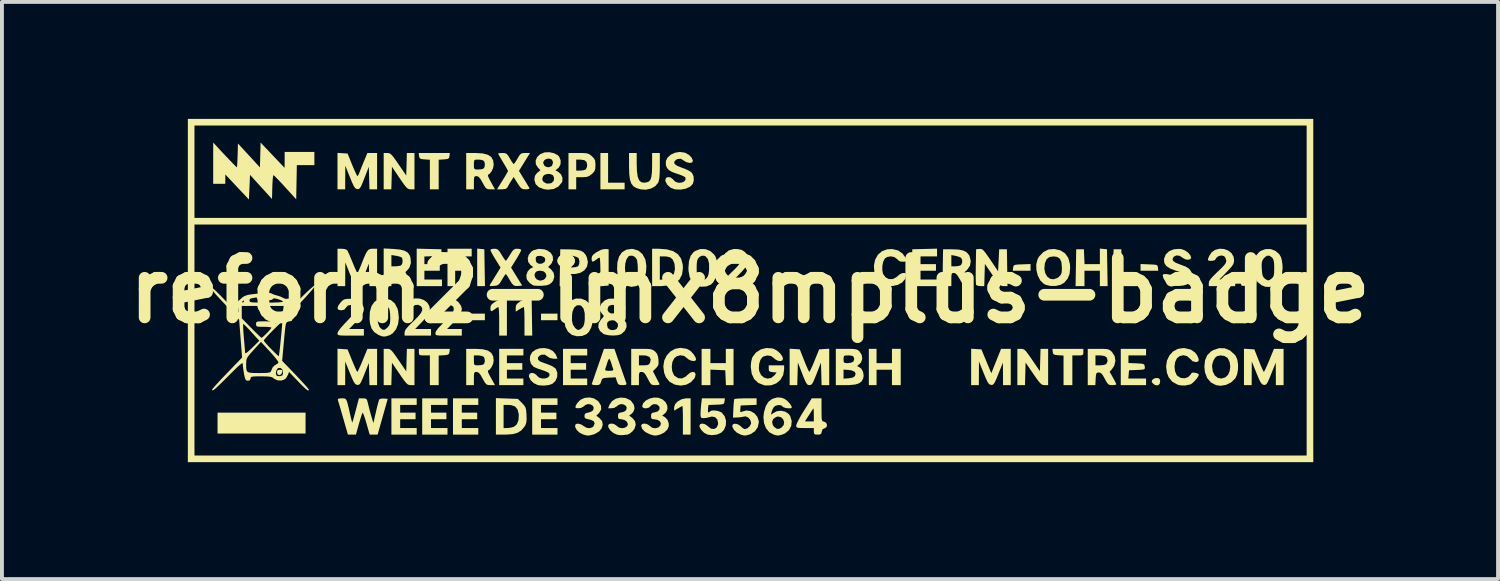
<source format=kicad_pcb>
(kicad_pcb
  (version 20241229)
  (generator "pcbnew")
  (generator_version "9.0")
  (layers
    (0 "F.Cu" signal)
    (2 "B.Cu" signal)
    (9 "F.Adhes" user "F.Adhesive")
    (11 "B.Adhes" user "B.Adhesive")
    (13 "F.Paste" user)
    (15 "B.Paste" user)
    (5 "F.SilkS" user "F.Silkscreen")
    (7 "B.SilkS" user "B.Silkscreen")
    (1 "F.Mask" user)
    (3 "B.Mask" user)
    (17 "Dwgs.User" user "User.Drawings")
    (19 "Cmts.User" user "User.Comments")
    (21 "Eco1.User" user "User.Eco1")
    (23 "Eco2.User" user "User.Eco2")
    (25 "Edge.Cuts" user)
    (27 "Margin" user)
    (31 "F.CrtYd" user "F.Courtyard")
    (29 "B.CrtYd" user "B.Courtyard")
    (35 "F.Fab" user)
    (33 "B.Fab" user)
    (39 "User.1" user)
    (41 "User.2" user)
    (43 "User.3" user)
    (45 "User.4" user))
  (footprint "reform2-imx8mplus-badge"
    (layer "F.Cu")
    (at 16.191 4.403)
    (property "Reference" "reform2-imx8mplus-badge" (at 0 0 0) (layer "F.SilkS") (effects (font (size 1.524 1.524) (thickness 0.3))))
    (attr board_only exclude_from_pos_files exclude_from_bom)
    (fp_poly (pts (xy -11.402 3.669) (xy -13.66 3.669) (xy -13.66 3.133) (xy -11.402 3.133)) (stroke (width 0) (type solid)) (fill yes) (layer "F.SilkS"))
    (fp_poly (pts (xy -6.816 -1.058) (xy -6.8 -0.113) (xy -6.999 -0.113) (xy -6.999 -1.076)) (stroke (width 0) (type solid)) (fill yes) (layer "F.SilkS"))
    (fp_poly (pts (xy -6.802 0.762) (xy -7.225 0.762) (xy -7.225 0.593) (xy -6.802 0.593)) (stroke (width 0) (type solid)) (fill yes) (layer "F.SilkS"))
    (fp_poly (pts (xy -4.939 0.762) (xy -5.362 0.762) (xy -5.362 0.593) (xy -4.939 0.593)) (stroke (width 0) (type solid)) (fill yes) (layer "F.SilkS"))
    (fp_poly (pts (xy -3.641 -2.766) (xy -3.217 -2.766) (xy -3.217 -2.596) (xy -3.838 -2.596) (xy -3.838 -3.528) (xy -3.641 -3.528)) (stroke (width 0) (type solid)) (fill yes) (layer "F.SilkS"))
    (fp_poly (pts (xy 7.197 -0.508) (xy 6.741 -0.508) (xy 6.75 -0.586) (xy 6.757 -0.625) (xy 6.775 -0.648) (xy 6.816 -0.661) (xy 6.891 -0.668) (xy 6.978 -0.671) (xy 7.197 -0.68)) (stroke (width 0) (type solid)) (fill yes) (layer "F.SilkS"))
    (fp_poly (pts (xy 10.238 -0.671) (xy 10.348 -0.666) (xy 10.413 -0.659) (xy 10.447 -0.644) (xy 10.461 -0.616) (xy 10.465 -0.586) (xy 10.474 -0.508) (xy 10.019 -0.508) (xy 10.019 -0.68)) (stroke (width 0) (type solid)) (fill yes) (layer "F.SilkS"))
    (fp_poly (pts (xy -12.01 2.041) (xy -11.998 2.078) (xy -12 2.095) (xy -12.026 2.148) (xy -12.073 2.171) (xy -12.116 2.155) (xy -12.133 2.113) (xy -12.136 2.084) (xy -12.117 2.043) (xy -12.063 2.032)) (stroke (width 0) (type solid)) (fill yes) (layer "F.SilkS"))
    (fp_poly (pts (xy -8.551 2.935) (xy -8.975 2.935) (xy -8.975 3.133) (xy -8.58 3.133) (xy -8.58 3.302) (xy -8.975 3.302) (xy -8.975 3.528) (xy -8.551 3.528) (xy -8.551 3.697) (xy -9.2 3.697) (xy -9.2 2.766) (xy -8.551 2.766)) (stroke (width 0) (type solid)) (fill yes) (layer "F.SilkS"))
    (fp_poly (pts (xy -7.761 2.935) (xy -8.184 2.935) (xy -8.184 3.133) (xy -7.789 3.133) (xy -7.789 3.302) (xy -8.184 3.302) (xy -8.184 3.528) (xy -7.761 3.528) (xy -7.761 3.697) (xy -8.41 3.697) (xy -8.41 2.766) (xy -7.761 2.766)) (stroke (width 0) (type solid)) (fill yes) (layer "F.SilkS"))
    (fp_poly (pts (xy -6.971 2.935) (xy -7.394 2.935) (xy -7.394 3.133) (xy -6.999 3.133) (xy -6.999 3.302) (xy -7.394 3.302) (xy -7.394 3.528) (xy -6.971 3.528) (xy -6.971 3.697) (xy -7.62 3.697) (xy -7.62 2.766) (xy -6.971 2.766)) (stroke (width 0) (type solid)) (fill yes) (layer "F.SilkS"))
    (fp_poly (pts (xy -5.814 1.665) (xy -6.237 1.665) (xy -6.237 1.863) (xy -5.842 1.863) (xy -5.842 2.032) (xy -6.237 2.032) (xy -6.237 2.258) (xy -5.814 2.258) (xy -5.814 2.427) (xy -6.435 2.427) (xy -6.435 1.496) (xy -5.814 1.496)) (stroke (width 0) (type solid)) (fill yes) (layer "F.SilkS"))
    (fp_poly (pts (xy -4.939 2.935) (xy -5.362 2.935) (xy -5.362 3.133) (xy -4.967 3.133) (xy -4.967 3.302) (xy -5.362 3.302) (xy -5.362 3.528) (xy -4.939 3.528) (xy -4.939 3.697) (xy -5.588 3.697) (xy -5.588 2.766) (xy -4.939 2.766)) (stroke (width 0) (type solid)) (fill yes) (layer "F.SilkS"))
    (fp_poly (pts (xy -4.177 1.665) (xy -4.6 1.665) (xy -4.6 1.863) (xy -4.205 1.863) (xy -4.205 2.032) (xy -4.6 2.032) (xy -4.6 2.258) (xy -4.177 2.258) (xy -4.177 2.427) (xy -4.798 2.427) (xy -4.798 1.496) (xy -4.177 1.496)) (stroke (width 0) (type solid)) (fill yes) (layer "F.SilkS"))
    (fp_poly (pts (xy -1.016 1.863) (xy -0.621 1.863) (xy -0.621 1.496) (xy -0.423 1.496) (xy -0.423 2.427) (xy -0.618 2.427) (xy -0.635 2.046) (xy -1.016 2.029) (xy -1.016 2.427) (xy -1.242 2.427) (xy -1.242 1.496) (xy -1.016 1.496)) (stroke (width 0) (type solid)) (fill yes) (layer "F.SilkS"))
    (fp_poly (pts (xy 3.246 1.863) (xy 3.641 1.863) (xy 3.641 1.496) (xy 3.866 1.496) (xy 3.866 2.427) (xy 3.641 2.427) (xy 3.641 2.032) (xy 3.246 2.032) (xy 3.246 2.427) (xy 3.048 2.427) (xy 3.048 1.496) (xy 3.246 1.496)) (stroke (width 0) (type solid)) (fill yes) (layer "F.SilkS"))
    (fp_poly (pts (xy 4.798 -0.875) (xy 4.374 -0.875) (xy 4.374 -0.677) (xy 4.77 -0.677) (xy 4.77 -0.508) (xy 4.374 -0.508) (xy 4.374 -0.282) (xy 4.798 -0.282) (xy 4.798 -0.113) (xy 4.147 -0.113) (xy 4.163 -1.058) (xy 4.798 -1.074)) (stroke (width 0) (type solid)) (fill yes) (layer "F.SilkS"))
    (fp_poly (pts (xy 9.158 -1.058) (xy 9.174 -0.113) (xy 8.975 -0.113) (xy 8.975 -0.508) (xy 8.58 -0.508) (xy 8.58 -0.113) (xy 8.352 -0.113) (xy 8.368 -1.058) (xy 8.565 -1.058) (xy 8.582 -0.677) (xy 8.975 -0.677) (xy 8.975 -1.076)) (stroke (width 0) (type solid)) (fill yes) (layer "F.SilkS"))
    (fp_poly (pts (xy 10.492 2.253) (xy 10.517 2.293) (xy 10.522 2.319) (xy 10.51 2.394) (xy 10.465 2.433) (xy 10.399 2.428) (xy 10.353 2.4) (xy 10.309 2.354) (xy 10.309 2.313) (xy 10.318 2.295) (xy 10.372 2.254) (xy 10.431 2.244)) (stroke (width 0) (type solid)) (fill yes) (layer "F.SilkS"))
    (fp_poly (pts (xy -7.916 -1.058) (xy -7.916 -0.889) (xy -8.135 -0.881) (xy -8.354 -0.873) (xy -8.354 -0.677) (xy -7.959 -0.677) (xy -7.959 -0.508) (xy -8.354 -0.508) (xy -8.354 -0.282) (xy -7.902 -0.282) (xy -7.902 -0.113) (xy -8.551 -0.113) (xy -8.551 -1.074)) (stroke (width 0) (type solid)) (fill yes) (layer "F.SilkS"))
    (fp_poly (pts (xy 12.745 -0.305) (xy 12.767 -0.285) (xy 12.806 -0.233) (xy 12.802 -0.188) (xy 12.796 -0.176) (xy 12.748 -0.138) (xy 12.681 -0.117) (xy 12.622 -0.121) (xy 12.607 -0.13) (xy 12.586 -0.186) (xy 12.599 -0.254) (xy 12.639 -0.307) (xy 12.647 -0.312) (xy 12.698 -0.328)) (stroke (width 0) (type solid)) (fill yes) (layer "F.SilkS"))
    (fp_poly (pts (xy -7.14 -0.875) (xy -7.564 -0.875) (xy -7.564 -0.68) (xy -7.373 -0.672) (xy -7.272 -0.666) (xy -7.214 -0.656) (xy -7.186 -0.637) (xy -7.176 -0.602) (xy -7.174 -0.586) (xy -7.165 -0.508) (xy -7.564 -0.508) (xy -7.564 -0.113) (xy -7.761 -0.113) (xy -7.761 -1.072) (xy -7.14 -1.072)) (stroke (width 0) (type solid)) (fill yes) (layer "F.SilkS"))
    (fp_poly (pts (xy -7.71 -3.45) (xy -7.721 -3.403) (xy -7.749 -3.378) (xy -7.812 -3.367) (xy -7.853 -3.364) (xy -7.987 -3.355) (xy -7.987 -2.596) (xy -8.213 -2.596) (xy -8.213 -3.355) (xy -8.347 -3.364) (xy -8.428 -3.372) (xy -8.47 -3.39) (xy -8.486 -3.426) (xy -8.49 -3.45) (xy -8.499 -3.528) (xy -7.701 -3.528)) (stroke (width 0) (type solid)) (fill yes) (layer "F.SilkS"))
    (fp_poly (pts (xy -7.71 1.573) (xy -7.721 1.621) (xy -7.749 1.645) (xy -7.812 1.657) (xy -7.853 1.66) (xy -7.987 1.668) (xy -7.987 2.427) (xy -8.213 2.427) (xy -8.213 1.665) (xy -8.354 1.665) (xy -8.437 1.663) (xy -8.479 1.652) (xy -8.493 1.622) (xy -8.495 1.58) (xy -8.495 1.496) (xy -7.701 1.496)) (stroke (width 0) (type solid)) (fill yes) (layer "F.SilkS"))
    (fp_poly (pts (xy 8.551 1.58) (xy 8.548 1.631) (xy 8.529 1.656) (xy 8.48 1.664) (xy 8.41 1.665) (xy 8.269 1.665) (xy 8.269 2.427) (xy 8.043 2.427) (xy 8.043 1.668) (xy 7.909 1.66) (xy 7.828 1.651) (xy 7.786 1.634) (xy 7.77 1.597) (xy 7.766 1.573) (xy 7.757 1.496) (xy 8.551 1.496)) (stroke (width 0) (type solid)) (fill yes) (layer "F.SilkS"))
    (fp_poly (pts (xy 9.533 -0.67) (xy 9.541 -0.282) (xy 9.934 -0.282) (xy 9.934 -0.113) (xy 9.637 -0.113) (xy 9.491 -0.115) (xy 9.395 -0.122) (xy 9.342 -0.135) (xy 9.326 -0.149) (xy 9.321 -0.189) (xy 9.319 -0.275) (xy 9.318 -0.395) (xy 9.318 -0.54) (xy 9.32 -0.622) (xy 9.327 -1.058) (xy 9.525 -1.058)) (stroke (width 0) (type solid)) (fill yes) (layer "F.SilkS"))
    (fp_poly (pts (xy 14.45 4.403) (xy -14.422 4.403) (xy -14.422 4.233) (xy -14.252 4.233) (xy 14.28 4.233) (xy 14.28 -1.693) (xy -14.252 -1.693) (xy -14.252 4.233) (xy -14.422 4.233) (xy -14.422 -1.863) (xy -14.252 -1.863) (xy 14.28 -1.863) (xy 14.28 -4.233) (xy -14.252 -4.233) (xy -14.252 -1.863) (xy -14.422 -1.863) (xy -14.422 -4.403) (xy 14.45 -4.403)) (stroke (width 0) (type solid)) (fill yes) (layer "F.SilkS"))
    (fp_poly (pts (xy -1.524 3.697) (xy -1.722 3.697) (xy -1.722 3.33) (xy -1.722 3.194) (xy -1.725 3.08) (xy -1.729 3) (xy -1.733 2.964) (xy -1.734 2.963) (xy -1.764 2.976) (xy -1.823 3.009) (xy -1.847 3.023) (xy -1.947 3.082) (xy -1.947 2.995) (xy -1.921 2.914) (xy -1.853 2.843) (xy -1.757 2.79) (xy -1.646 2.766) (xy -1.63 2.766) (xy -1.524 2.766)) (stroke (width 0) (type solid)) (fill yes) (layer "F.SilkS"))
    (fp_poly (pts (xy -5.681 0.203) (xy -5.602 0.212) (xy -5.587 1.157) (xy -5.786 1.157) (xy -5.786 0.79) (xy -5.787 0.654) (xy -5.79 0.54) (xy -5.796 0.46) (xy -5.802 0.424) (xy -5.803 0.423) (xy -5.837 0.437) (xy -5.897 0.471) (xy -5.916 0.482) (xy -6.011 0.541) (xy -6.011 0.447) (xy -6.004 0.386) (xy -5.974 0.339) (xy -5.909 0.289) (xy -5.885 0.273) (xy -5.776 0.218) (xy -5.686 0.202)) (stroke (width 0) (type solid)) (fill yes) (layer "F.SilkS"))
    (fp_poly (pts (xy 10.16 1.665) (xy 9.708 1.665) (xy 9.708 1.86) (xy 9.913 1.868) (xy 10.019 1.874) (xy 10.08 1.882) (xy 10.111 1.899) (xy 10.123 1.93) (xy 10.126 1.953) (xy 10.129 1.992) (xy 10.117 2.016) (xy 10.08 2.028) (xy 10.006 2.034) (xy 9.929 2.038) (xy 9.723 2.046) (xy 9.714 2.152) (xy 9.705 2.258) (xy 10.16 2.258) (xy 10.16 2.427) (xy 9.511 2.427) (xy 9.511 1.496) (xy 10.16 1.496)) (stroke (width 0) (type solid)) (fill yes) (layer "F.SilkS"))
    (fp_poly (pts (xy -9.265 -3.524) (xy -9.229 -3.509) (xy -9.189 -3.474) (xy -9.138 -3.412) (xy -9.069 -3.315) (xy -9.017 -3.239) (xy -8.819 -2.949) (xy -8.811 -3.239) (xy -8.803 -3.528) (xy -8.608 -3.528) (xy -8.608 -2.596) (xy -8.701 -2.596) (xy -8.743 -2.6) (xy -8.779 -2.614) (xy -8.818 -2.648) (xy -8.868 -2.709) (xy -8.936 -2.805) (xy -8.991 -2.886) (xy -9.186 -3.175) (xy -9.202 -2.596) (xy -9.398 -2.596) (xy -9.398 -3.528) (xy -9.306 -3.528)) (stroke (width 0) (type solid)) (fill yes) (layer "F.SilkS"))
    (fp_poly (pts (xy -6.237 1.157) (xy -6.435 1.157) (xy -6.435 0.79) (xy -6.436 0.654) (xy -6.44 0.54) (xy -6.447 0.461) (xy -6.454 0.425) (xy -6.456 0.424) (xy -6.491 0.44) (xy -6.546 0.479) (xy -6.548 0.48) (xy -6.613 0.525) (xy -6.647 0.527) (xy -6.659 0.485) (xy -6.66 0.451) (xy -6.652 0.394) (xy -6.619 0.347) (xy -6.548 0.295) (xy -6.528 0.282) (xy -6.438 0.234) (xy -6.354 0.203) (xy -6.316 0.198) (xy -6.237 0.198)) (stroke (width 0) (type solid)) (fill yes) (layer "F.SilkS"))
    (fp_poly (pts (xy -9.265 1.499) (xy -9.229 1.514) (xy -9.189 1.549) (xy -9.138 1.612) (xy -9.069 1.709) (xy -9.017 1.785) (xy -8.819 2.074) (xy -8.811 1.785) (xy -8.803 1.496) (xy -8.608 1.496) (xy -8.608 2.427) (xy -8.701 2.427) (xy -8.743 2.424) (xy -8.779 2.409) (xy -8.819 2.375) (xy -8.869 2.313) (xy -8.938 2.217) (xy -8.99 2.14) (xy -9.186 1.853) (xy -9.194 2.14) (xy -9.202 2.427) (xy -9.398 2.427) (xy -9.398 1.496) (xy -9.306 1.496)) (stroke (width 0) (type solid)) (fill yes) (layer "F.SilkS"))
    (fp_poly (pts (xy -3.711 -1.066) (xy -3.627 -1.058) (xy -3.627 -0.127) (xy -3.732 -0.118) (xy -3.838 -0.109) (xy -3.838 -0.478) (xy -3.84 -0.615) (xy -3.844 -0.729) (xy -3.85 -0.809) (xy -3.858 -0.845) (xy -3.859 -0.846) (xy -3.894 -0.83) (xy -3.95 -0.791) (xy -3.951 -0.79) (xy -4.016 -0.745) (xy -4.05 -0.743) (xy -4.063 -0.785) (xy -4.064 -0.818) (xy -4.055 -0.874) (xy -4.022 -0.921) (xy -3.952 -0.974) (xy -3.93 -0.988) (xy -3.81 -1.049) (xy -3.713 -1.066)) (stroke (width 0) (type solid)) (fill yes) (layer "F.SilkS"))
    (fp_poly (pts (xy 6.993 1.499) (xy 7.03 1.514) (xy 7.069 1.548) (xy 7.119 1.61) (xy 7.188 1.706) (xy 7.241 1.783) (xy 7.437 2.07) (xy 7.445 1.783) (xy 7.453 1.496) (xy 7.648 1.496) (xy 7.648 2.427) (xy 7.556 2.427) (xy 7.516 2.423) (xy 7.479 2.407) (xy 7.439 2.371) (xy 7.387 2.308) (xy 7.317 2.21) (xy 7.267 2.137) (xy 7.07 1.849) (xy 7.062 2.138) (xy 7.054 2.427) (xy 6.858 2.427) (xy 6.858 1.496) (xy 6.951 1.496)) (stroke (width 0) (type solid)) (fill yes) (layer "F.SilkS"))
    (fp_poly (pts (xy 5.936 1.51) (xy 6.063 1.816) (xy 6.19 2.122) (xy 6.441 1.496) (xy 6.689 1.496) (xy 6.689 2.427) (xy 6.491 2.427) (xy 6.49 2.138) (xy 6.488 1.849) (xy 6.371 2.139) (xy 6.32 2.266) (xy 6.282 2.349) (xy 6.252 2.397) (xy 6.225 2.419) (xy 6.195 2.422) (xy 6.184 2.421) (xy 6.15 2.411) (xy 6.119 2.384) (xy 6.086 2.331) (xy 6.045 2.242) (xy 5.993 2.117) (xy 5.873 1.82) (xy 5.872 2.124) (xy 5.87 2.427) (xy 5.673 2.427) (xy 5.673 1.493)) (stroke (width 0) (type solid)) (fill yes) (layer "F.SilkS"))
    (fp_poly (pts (xy 5.957 -1.055) (xy 5.995 -1.023) (xy 6.043 -0.964) (xy 6.11 -0.869) (xy 6.168 -0.785) (xy 6.364 -0.494) (xy 6.392 -1.058) (xy 6.59 -1.058) (xy 6.605 -0.113) (xy 6.51 -0.113) (xy 6.468 -0.116) (xy 6.431 -0.13) (xy 6.392 -0.163) (xy 6.342 -0.224) (xy 6.275 -0.318) (xy 6.22 -0.398) (xy 6.025 -0.683) (xy 6.009 -0.113) (xy 5.911 -0.113) (xy 5.841 -0.122) (xy 5.8 -0.146) (xy 5.798 -0.149) (xy 5.794 -0.189) (xy 5.791 -0.275) (xy 5.79 -0.395) (xy 5.791 -0.54) (xy 5.792 -0.622) (xy 5.8 -1.058) (xy 5.885 -1.067) (xy 5.923 -1.067)) (stroke (width 0) (type solid)) (fill yes) (layer "F.SilkS"))
    (fp_poly (pts (xy -4.623 -1.056) (xy -4.465 -1.048) (xy -4.351 -1.024) (xy -4.271 -0.981) (xy -4.214 -0.911) (xy -4.186 -0.853) (xy -4.159 -0.727) (xy -4.182 -0.613) (xy -4.249 -0.519) (xy -4.354 -0.454) (xy -4.491 -0.424) (xy -4.523 -0.423) (xy -4.657 -0.423) (xy -4.657 -0.113) (xy -4.884 -0.113) (xy -4.871 -0.909) (xy -4.657 -0.909) (xy -4.657 -0.593) (xy -4.549 -0.593) (xy -4.47 -0.601) (xy -4.414 -0.622) (xy -4.408 -0.627) (xy -4.381 -0.685) (xy -4.377 -0.762) (xy -4.397 -0.826) (xy -4.41 -0.841) (xy -4.46 -0.865) (xy -4.537 -0.887) (xy -4.551 -0.89) (xy -4.657 -0.909) (xy -4.871 -0.909) (xy -4.868 -1.058)) (stroke (width 0) (type solid)) (fill yes) (layer "F.SilkS"))
    (fp_poly (pts (xy -2.349 -1.072) (xy -2.136 -1.056) (xy -1.97 -1.009) (xy -1.847 -0.929) (xy -1.767 -0.816) (xy -1.727 -0.667) (xy -1.722 -0.572) (xy -1.744 -0.41) (xy -1.81 -0.282) (xy -1.92 -0.191) (xy -2.074 -0.134) (xy -2.271 -0.113) (xy -2.292 -0.113) (xy -2.512 -0.113) (xy -2.512 -0.275) (xy -2.314 -0.275) (xy -2.186 -0.289) (xy -2.095 -0.309) (xy -2.02 -0.341) (xy -2.003 -0.353) (xy -1.95 -0.436) (xy -1.926 -0.55) (xy -1.936 -0.676) (xy -1.945 -0.708) (xy -1.987 -0.8) (xy -2.052 -0.853) (xy -2.153 -0.874) (xy -2.199 -0.875) (xy -2.314 -0.875) (xy -2.314 -0.275) (xy -2.512 -0.275) (xy -2.512 -1.072)) (stroke (width 0) (type solid)) (fill yes) (layer "F.SilkS"))
    (fp_poly (pts (xy -10.324 -3.514) (xy -10.207 -3.225) (xy -10.158 -3.109) (xy -10.116 -3.015) (xy -10.085 -2.954) (xy -10.071 -2.935) (xy -10.05 -2.959) (xy -10.025 -3.013) (xy -10.002 -3.075) (xy -9.964 -3.171) (xy -9.918 -3.283) (xy -9.907 -3.309) (xy -9.816 -3.528) (xy -9.567 -3.528) (xy -9.567 -2.596) (xy -9.763 -2.596) (xy -9.779 -3.175) (xy -9.892 -2.885) (xy -9.942 -2.757) (xy -9.979 -2.674) (xy -10.008 -2.627) (xy -10.035 -2.605) (xy -10.065 -2.602) (xy -10.075 -2.602) (xy -10.109 -2.612) (xy -10.139 -2.639) (xy -10.172 -2.693) (xy -10.213 -2.782) (xy -10.264 -2.907) (xy -10.383 -3.203) (xy -10.386 -2.596) (xy -10.583 -2.596) (xy -10.583 -3.531)) (stroke (width 0) (type solid)) (fill yes) (layer "F.SilkS"))
    (fp_poly (pts (xy -10.324 1.51) (xy -10.207 1.799) (xy -10.158 1.915) (xy -10.117 2.009) (xy -10.087 2.07) (xy -10.074 2.088) (xy -10.058 2.064) (xy -10.026 1.997) (xy -9.982 1.9) (xy -9.937 1.792) (xy -9.815 1.496) (xy -9.567 1.496) (xy -9.567 2.427) (xy -9.763 2.427) (xy -9.771 2.143) (xy -9.779 1.859) (xy -9.892 2.144) (xy -9.943 2.27) (xy -9.98 2.351) (xy -10.009 2.398) (xy -10.036 2.418) (xy -10.067 2.422) (xy -10.075 2.421) (xy -10.109 2.411) (xy -10.139 2.384) (xy -10.172 2.331) (xy -10.213 2.242) (xy -10.265 2.117) (xy -10.385 1.82) (xy -10.385 2.124) (xy -10.386 2.427) (xy -10.583 2.427) (xy -10.583 1.493)) (stroke (width 0) (type solid)) (fill yes) (layer "F.SilkS"))
    (fp_poly (pts (xy -2.907 -3.25) (xy -2.901 -3.061) (xy -2.882 -2.923) (xy -2.846 -2.83) (xy -2.792 -2.78) (xy -2.716 -2.765) (xy -2.638 -2.778) (xy -2.587 -2.801) (xy -2.552 -2.848) (xy -2.529 -2.926) (xy -2.516 -3.042) (xy -2.512 -3.206) (xy -2.512 -3.233) (xy -2.512 -3.528) (xy -2.314 -3.528) (xy -2.314 -3.188) (xy -2.317 -3.018) (xy -2.325 -2.895) (xy -2.34 -2.811) (xy -2.357 -2.765) (xy -2.432 -2.676) (xy -2.544 -2.615) (xy -2.676 -2.586) (xy -2.808 -2.596) (xy -2.914 -2.628) (xy -2.992 -2.675) (xy -3.046 -2.745) (xy -3.08 -2.845) (xy -3.098 -2.984) (xy -3.104 -3.17) (xy -3.104 -3.202) (xy -3.104 -3.528) (xy -2.907 -3.528)) (stroke (width 0) (type solid)) (fill yes) (layer "F.SilkS"))
    (fp_poly (pts (xy 12.938 1.51) (xy 13.052 1.799) (xy 13.099 1.915) (xy 13.14 2.009) (xy 13.169 2.07) (xy 13.182 2.088) (xy 13.198 2.064) (xy 13.231 1.997) (xy 13.275 1.899) (xy 13.32 1.792) (xy 13.441 1.496) (xy 13.688 1.496) (xy 13.688 2.427) (xy 13.49 2.427) (xy 13.489 2.138) (xy 13.487 1.849) (xy 13.371 2.139) (xy 13.319 2.266) (xy 13.281 2.349) (xy 13.251 2.397) (xy 13.224 2.419) (xy 13.194 2.422) (xy 13.183 2.421) (xy 13.149 2.411) (xy 13.119 2.384) (xy 13.085 2.331) (xy 13.044 2.242) (xy 12.992 2.117) (xy 12.872 1.82) (xy 12.871 2.124) (xy 12.869 2.427) (xy 12.672 2.427) (xy 12.672 1.493)) (stroke (width 0) (type solid)) (fill yes) (layer "F.SilkS"))
    (fp_poly (pts (xy -6.238 2.77) (xy -5.956 2.78) (xy -5.85 2.886) (xy -5.795 2.945) (xy -5.762 2.997) (xy -5.745 3.061) (xy -5.736 3.156) (xy -5.734 3.196) (xy -5.731 3.31) (xy -5.739 3.387) (xy -5.76 3.448) (xy -5.791 3.5) (xy -5.87 3.591) (xy -5.967 3.651) (xy -6.095 3.685) (xy -6.264 3.697) (xy -6.287 3.697) (xy -6.519 3.697) (xy -6.519 3.528) (xy -6.322 3.528) (xy -6.224 3.528) (xy -6.134 3.518) (xy -6.057 3.496) (xy -5.982 3.432) (xy -5.94 3.328) (xy -5.932 3.192) (xy -5.934 3.169) (xy -5.965 3.049) (xy -6.027 2.975) (xy -6.128 2.94) (xy -6.198 2.935) (xy -6.322 2.935) (xy -6.322 3.528) (xy -6.519 3.528) (xy -6.519 2.76)) (stroke (width 0) (type solid)) (fill yes) (layer "F.SilkS"))
    (fp_poly (pts (xy 2.032 2.427) (xy 1.836 2.427) (xy 1.828 2.138) (xy 1.82 1.849) (xy 1.707 2.138) (xy 1.656 2.266) (xy 1.619 2.349) (xy 1.589 2.398) (xy 1.56 2.421) (xy 1.528 2.427) (xy 1.524 2.427) (xy 1.491 2.422) (xy 1.462 2.401) (xy 1.433 2.356) (xy 1.396 2.276) (xy 1.346 2.153) (xy 1.341 2.138) (xy 1.228 1.849) (xy 1.22 2.138) (xy 1.212 2.427) (xy 1.016 2.427) (xy 1.016 1.493) (xy 1.147 1.501) (xy 1.277 1.51) (xy 1.391 1.799) (xy 1.438 1.916) (xy 1.479 2.01) (xy 1.509 2.071) (xy 1.522 2.088) (xy 1.538 2.064) (xy 1.571 1.997) (xy 1.614 1.9) (xy 1.656 1.799) (xy 1.773 1.51) (xy 1.902 1.501) (xy 2.032 1.493)) (stroke (width 0) (type solid)) (fill yes) (layer "F.SilkS"))
    (fp_poly (pts (xy -4.28 -3.527) (xy -4.199 -3.521) (xy -4.144 -3.507) (xy -4.099 -3.48) (xy -4.057 -3.445) (xy -4.001 -3.388) (xy -3.974 -3.332) (xy -3.966 -3.251) (xy -3.965 -3.217) (xy -3.97 -3.125) (xy -3.99 -3.063) (xy -4.036 -3.009) (xy -4.057 -2.989) (xy -4.124 -2.939) (xy -4.191 -2.914) (xy -4.285 -2.907) (xy -4.304 -2.907) (xy -4.459 -2.907) (xy -4.459 -2.596) (xy -4.657 -2.596) (xy -4.657 -3.076) (xy -4.459 -3.076) (xy -4.352 -3.076) (xy -4.273 -3.085) (xy -4.216 -3.105) (xy -4.211 -3.11) (xy -4.185 -3.163) (xy -4.177 -3.217) (xy -4.194 -3.298) (xy -4.249 -3.344) (xy -4.348 -3.358) (xy -4.352 -3.358) (xy -4.459 -3.358) (xy -4.459 -3.076) (xy -4.657 -3.076) (xy -4.657 -3.528) (xy -4.403 -3.528)) (stroke (width 0) (type solid)) (fill yes) (layer "F.SilkS"))
    (fp_poly (pts (xy -8.471 0.207) (xy -8.366 0.244) (xy -8.281 0.308) (xy -8.226 0.399) (xy -8.213 0.483) (xy -8.223 0.549) (xy -8.258 0.62) (xy -8.324 0.707) (xy -8.428 0.82) (xy -8.434 0.826) (xy -8.592 0.988) (xy -8.184 0.988) (xy -8.184 1.157) (xy -8.862 1.157) (xy -8.862 1.079) (xy -8.853 1.034) (xy -8.82 0.98) (xy -8.757 0.908) (xy -8.658 0.81) (xy -8.636 0.79) (xy -8.518 0.671) (xy -8.443 0.579) (xy -8.409 0.506) (xy -8.412 0.446) (xy -8.444 0.401) (xy -8.512 0.367) (xy -8.59 0.372) (xy -8.653 0.412) (xy -8.669 0.437) (xy -8.708 0.489) (xy -8.773 0.507) (xy -8.796 0.508) (xy -8.859 0.506) (xy -8.884 0.491) (xy -8.877 0.449) (xy -8.85 0.382) (xy -8.785 0.287) (xy -8.692 0.227) (xy -8.584 0.201)) (stroke (width 0) (type solid)) (fill yes) (layer "F.SilkS"))
    (fp_poly (pts (xy 12.161 -1.065) (xy 12.265 -1.027) (xy 12.35 -0.961) (xy 12.405 -0.867) (xy 12.418 -0.782) (xy 12.413 -0.725) (xy 12.396 -0.674) (xy 12.357 -0.616) (xy 12.289 -0.539) (xy 12.23 -0.477) (xy 12.042 -0.282) (xy 12.446 -0.282) (xy 12.446 -0.113) (xy 11.769 -0.113) (xy 11.769 -0.19) (xy 11.778 -0.236) (xy 11.811 -0.291) (xy 11.875 -0.363) (xy 11.974 -0.461) (xy 11.997 -0.482) (xy 12.099 -0.58) (xy 12.165 -0.65) (xy 12.201 -0.701) (xy 12.216 -0.743) (xy 12.216 -0.775) (xy 12.194 -0.844) (xy 12.161 -0.883) (xy 12.092 -0.9) (xy 12.018 -0.882) (xy 11.962 -0.839) (xy 11.952 -0.818) (xy 11.921 -0.777) (xy 11.855 -0.762) (xy 11.837 -0.762) (xy 11.773 -0.764) (xy 11.747 -0.779) (xy 11.753 -0.821) (xy 11.781 -0.888) (xy 11.846 -0.985) (xy 11.94 -1.046) (xy 12.048 -1.072)) (stroke (width 0) (type solid)) (fill yes) (layer "F.SilkS"))
    (fp_poly (pts (xy -7.68 0.206) (xy -7.575 0.23) (xy -7.496 0.284) (xy -7.473 0.308) (xy -7.414 0.392) (xy -7.392 0.473) (xy -7.411 0.562) (xy -7.473 0.664) (xy -7.578 0.787) (xy -7.615 0.826) (xy -7.773 0.988) (xy -7.394 0.988) (xy -7.394 1.157) (xy -7.733 1.157) (xy -7.876 1.157) (xy -7.971 1.155) (xy -8.029 1.149) (xy -8.059 1.137) (xy -8.07 1.118) (xy -8.072 1.09) (xy -8.054 1.04) (xy -8 0.967) (xy -7.905 0.868) (xy -7.848 0.813) (xy -7.721 0.685) (xy -7.639 0.584) (xy -7.601 0.503) (xy -7.603 0.439) (xy -7.62 0.409) (xy -7.684 0.37) (xy -7.761 0.37) (xy -7.828 0.405) (xy -7.851 0.437) (xy -7.889 0.489) (xy -7.951 0.507) (xy -7.98 0.508) (xy -8.045 0.504) (xy -8.066 0.484) (xy -8.059 0.435) (xy -8.058 0.431) (xy -8.004 0.317) (xy -7.91 0.241) (xy -7.783 0.205)) (stroke (width 0) (type solid)) (fill yes) (layer "F.SilkS"))
    (fp_poly (pts (xy 12.18 1.482) (xy 12.317 1.54) (xy 12.438 1.65) (xy 12.458 1.676) (xy 12.5 1.77) (xy 12.52 1.895) (xy 12.518 2.031) (xy 12.494 2.157) (xy 12.451 2.251) (xy 12.346 2.354) (xy 12.214 2.42) (xy 12.071 2.444) (xy 11.955 2.427) (xy 11.825 2.359) (xy 11.73 2.249) (xy 11.672 2.104) (xy 11.656 1.955) (xy 11.657 1.944) (xy 11.853 1.944) (xy 11.872 2.078) (xy 11.923 2.179) (xy 12 2.241) (xy 12.094 2.258) (xy 12.196 2.227) (xy 12.265 2.161) (xy 12.306 2.062) (xy 12.32 1.947) (xy 12.304 1.833) (xy 12.256 1.737) (xy 12.245 1.725) (xy 12.167 1.678) (xy 12.065 1.665) (xy 11.982 1.683) (xy 11.928 1.728) (xy 11.883 1.809) (xy 11.856 1.904) (xy 11.853 1.944) (xy 11.657 1.944) (xy 11.673 1.79) (xy 11.727 1.663) (xy 11.822 1.566) (xy 11.884 1.529) (xy 12.034 1.478)) (stroke (width 0) (type solid)) (fill yes) (layer "F.SilkS"))
    (fp_poly (pts (xy -1.639 1.492) (xy -1.594 1.508) (xy -1.519 1.557) (xy -1.449 1.632) (xy -1.399 1.713) (xy -1.383 1.771) (xy -1.405 1.802) (xy -1.458 1.809) (xy -1.525 1.794) (xy -1.588 1.761) (xy -1.614 1.736) (xy -1.692 1.677) (xy -1.788 1.661) (xy -1.882 1.687) (xy -1.945 1.739) (xy -1.992 1.835) (xy -2.008 1.953) (xy -1.995 2.07) (xy -1.953 2.167) (xy -1.935 2.189) (xy -1.841 2.249) (xy -1.743 2.255) (xy -1.648 2.207) (xy -1.614 2.173) (xy -1.539 2.11) (xy -1.471 2.087) (xy -1.419 2.101) (xy -1.396 2.146) (xy -1.41 2.219) (xy -1.427 2.252) (xy -1.517 2.353) (xy -1.639 2.417) (xy -1.78 2.439) (xy -1.926 2.415) (xy -1.933 2.413) (xy -2.065 2.34) (xy -2.158 2.226) (xy -2.203 2.111) (xy -2.224 1.946) (xy -2.2 1.796) (xy -2.137 1.666) (xy -2.043 1.564) (xy -1.925 1.497) (xy -1.788 1.47)) (stroke (width 0) (type solid)) (fill yes) (layer "F.SilkS"))
    (fp_poly (pts (xy 3.799 -1.028) (xy 3.914 -0.948) (xy 3.987 -0.845) (xy 4.036 -0.748) (xy 3.936 -0.739) (xy 3.855 -0.743) (xy 3.798 -0.779) (xy 3.778 -0.803) (xy 3.703 -0.858) (xy 3.608 -0.877) (xy 3.515 -0.859) (xy 3.458 -0.82) (xy 3.418 -0.743) (xy 3.395 -0.637) (xy 3.393 -0.523) (xy 3.413 -0.427) (xy 3.476 -0.338) (xy 3.563 -0.293) (xy 3.661 -0.293) (xy 3.756 -0.342) (xy 3.782 -0.367) (xy 3.85 -0.422) (xy 3.919 -0.45) (xy 3.976 -0.449) (xy 4.005 -0.417) (xy 4.007 -0.402) (xy 3.978 -0.295) (xy 3.904 -0.207) (xy 3.792 -0.145) (xy 3.651 -0.115) (xy 3.605 -0.113) (xy 3.506 -0.117) (xy 3.438 -0.135) (xy 3.375 -0.176) (xy 3.332 -0.213) (xy 3.253 -0.298) (xy 3.209 -0.39) (xy 3.191 -0.46) (xy 3.178 -0.635) (xy 3.209 -0.789) (xy 3.279 -0.915) (xy 3.383 -1.007) (xy 3.516 -1.057) (xy 3.65 -1.064)) (stroke (width 0) (type solid)) (fill yes) (layer "F.SilkS"))
    (fp_poly (pts (xy -10.396 -1.064) (xy -10.343 -1.043) (xy -10.337 -1.037) (xy -10.315 -0.997) (xy -10.278 -0.918) (xy -10.233 -0.811) (xy -10.199 -0.727) (xy -10.152 -0.614) (xy -10.112 -0.523) (xy -10.084 -0.466) (xy -10.073 -0.452) (xy -10.055 -0.476) (xy -10.025 -0.541) (xy -9.986 -0.632) (xy -9.977 -0.656) (xy -9.915 -0.813) (xy -9.867 -0.925) (xy -9.827 -0.999) (xy -9.79 -1.043) (xy -9.75 -1.065) (xy -9.702 -1.072) (xy -9.68 -1.072) (xy -9.567 -1.072) (xy -9.567 -0.113) (xy -9.763 -0.113) (xy -9.771 -0.402) (xy -9.779 -0.691) (xy -9.892 -0.401) (xy -9.942 -0.274) (xy -9.979 -0.191) (xy -10.008 -0.143) (xy -10.035 -0.122) (xy -10.065 -0.118) (xy -10.074 -0.119) (xy -10.107 -0.129) (xy -10.138 -0.158) (xy -10.172 -0.214) (xy -10.214 -0.305) (xy -10.263 -0.423) (xy -10.383 -0.72) (xy -10.384 -0.416) (xy -10.386 -0.113) (xy -10.583 -0.113) (xy -10.583 -1.072) (xy -10.474 -1.072)) (stroke (width 0) (type solid)) (fill yes) (layer "F.SilkS"))
    (fp_poly (pts (xy -10.145 0.214) (xy -10.082 0.227) (xy -10.034 0.257) (xy -9.988 0.304) (xy -9.929 0.385) (xy -9.905 0.463) (xy -9.918 0.546) (xy -9.971 0.642) (xy -10.067 0.759) (xy -10.142 0.84) (xy -10.285 0.988) (xy -9.906 0.988) (xy -9.906 1.157) (xy -10.245 1.157) (xy -10.387 1.157) (xy -10.483 1.154) (xy -10.541 1.148) (xy -10.571 1.136) (xy -10.582 1.118) (xy -10.583 1.095) (xy -10.562 1.044) (xy -10.5 0.96) (xy -10.401 0.849) (xy -10.343 0.789) (xy -10.251 0.691) (xy -10.174 0.604) (xy -10.123 0.539) (xy -10.104 0.503) (xy -10.104 0.503) (xy -10.126 0.431) (xy -10.182 0.385) (xy -10.254 0.37) (xy -10.323 0.389) (xy -10.371 0.445) (xy -10.411 0.493) (xy -10.483 0.508) (xy -10.491 0.508) (xy -10.561 0.493) (xy -10.584 0.45) (xy -10.559 0.38) (xy -10.501 0.304) (xy -10.45 0.252) (xy -10.401 0.225) (xy -10.335 0.214) (xy -10.245 0.212)) (stroke (width 0) (type solid)) (fill yes) (layer "F.SilkS"))
    (fp_poly (pts (xy -0.314 -1.064) (xy -0.209 -1.04) (xy -0.13 -0.986) (xy -0.107 -0.962) (xy -0.048 -0.878) (xy -0.026 -0.797) (xy -0.045 -0.708) (xy -0.107 -0.606) (xy -0.212 -0.483) (xy -0.249 -0.445) (xy -0.407 -0.282) (xy -0.028 -0.282) (xy -0.028 -0.113) (xy -0.367 -0.113) (xy -0.51 -0.113) (xy -0.605 -0.115) (xy -0.663 -0.121) (xy -0.693 -0.133) (xy -0.704 -0.152) (xy -0.706 -0.18) (xy -0.686 -0.235) (xy -0.626 -0.314) (xy -0.523 -0.419) (xy -0.511 -0.431) (xy -0.389 -0.549) (xy -0.306 -0.639) (xy -0.257 -0.708) (xy -0.237 -0.763) (xy -0.242 -0.813) (xy -0.25 -0.835) (xy -0.285 -0.886) (xy -0.339 -0.9) (xy -0.374 -0.898) (xy -0.457 -0.871) (xy -0.494 -0.826) (xy -0.532 -0.778) (xy -0.601 -0.762) (xy -0.617 -0.762) (xy -0.68 -0.766) (xy -0.701 -0.787) (xy -0.692 -0.839) (xy -0.692 -0.839) (xy -0.638 -0.953) (xy -0.544 -1.029) (xy -0.417 -1.065)) (stroke (width 0) (type solid)) (fill yes) (layer "F.SilkS"))
    (fp_poly (pts (xy -4.333 0.208) (xy -4.21 0.256) (xy -4.109 0.347) (xy -4.074 0.401) (xy -4.034 0.523) (xy -4.022 0.665) (xy -4.036 0.812) (xy -4.074 0.949) (xy -4.133 1.06) (xy -4.194 1.119) (xy -4.31 1.166) (xy -4.442 1.173) (xy -4.563 1.141) (xy -4.567 1.14) (xy -4.669 1.057) (xy -4.736 0.931) (xy -4.767 0.766) (xy -4.569 0.766) (xy -4.544 0.876) (xy -4.489 0.958) (xy -4.487 0.96) (xy -4.431 1.006) (xy -4.384 1.009) (xy -4.323 0.97) (xy -4.316 0.964) (xy -4.277 0.919) (xy -4.253 0.854) (xy -4.24 0.752) (xy -4.239 0.738) (xy -4.241 0.579) (xy -4.271 0.463) (xy -4.328 0.394) (xy -4.366 0.377) (xy -4.446 0.382) (xy -4.51 0.437) (xy -4.552 0.536) (xy -4.565 0.617) (xy -4.569 0.766) (xy -4.767 0.766) (xy -4.767 0.763) (xy -4.77 0.692) (xy -4.756 0.514) (xy -4.712 0.38) (xy -4.637 0.285) (xy -4.595 0.255) (xy -4.466 0.206)) (stroke (width 0) (type solid)) (fill yes) (layer "F.SilkS"))
    (fp_poly (pts (xy 7.806 -1.066) (xy 7.963 -1.03) (xy 8.083 -0.953) (xy 8.165 -0.835) (xy 8.207 -0.677) (xy 8.213 -0.58) (xy 8.198 -0.427) (xy 8.149 -0.306) (xy 8.059 -0.199) (xy 8.059 -0.199) (xy 7.967 -0.146) (xy 7.845 -0.118) (xy 7.713 -0.117) (xy 7.592 -0.144) (xy 7.54 -0.169) (xy 7.448 -0.257) (xy 7.383 -0.381) (xy 7.347 -0.524) (xy 7.346 -0.557) (xy 7.551 -0.557) (xy 7.574 -0.443) (xy 7.626 -0.355) (xy 7.699 -0.301) (xy 7.786 -0.288) (xy 7.881 -0.32) (xy 7.922 -0.35) (xy 7.967 -0.396) (xy 7.991 -0.446) (xy 8 -0.52) (xy 8.001 -0.587) (xy 7.989 -0.723) (xy 7.951 -0.813) (xy 7.882 -0.862) (xy 7.79 -0.875) (xy 7.681 -0.859) (xy 7.61 -0.805) (xy 7.567 -0.707) (xy 7.563 -0.691) (xy 7.551 -0.557) (xy 7.346 -0.557) (xy 7.343 -0.67) (xy 7.376 -0.802) (xy 7.413 -0.869) (xy 7.527 -0.988) (xy 7.656 -1.053) (xy 7.803 -1.066)) (stroke (width 0) (type solid)) (fill yes) (layer "F.SilkS"))
    (fp_poly (pts (xy -12.248 -3.471) (xy -11.94 -3.147) (xy -11.939 -3.351) (xy -11.938 -3.556) (xy -11.176 -3.556) (xy -11.176 -3.217) (xy -11.626 -3.217) (xy -11.634 -2.779) (xy -11.642 -2.34) (xy -11.924 -2.649) (xy -12.024 -2.758) (xy -12.112 -2.851) (xy -12.179 -2.919) (xy -12.219 -2.956) (xy -12.226 -2.961) (xy -12.235 -2.936) (xy -12.244 -2.865) (xy -12.251 -2.761) (xy -12.255 -2.655) (xy -12.263 -2.347) (xy -12.545 -2.657) (xy -12.827 -2.967) (xy -12.855 -2.334) (xy -13.158 -2.655) (xy -13.46 -2.977) (xy -13.461 -2.857) (xy -13.462 -2.738) (xy -13.772 -2.738) (xy -13.772 -3.267) (xy -13.771 -3.796) (xy -13.654 -3.669) (xy -13.542 -3.549) (xy -13.434 -3.434) (xy -13.335 -3.33) (xy -13.253 -3.245) (xy -13.194 -3.187) (xy -13.165 -3.161) (xy -13.164 -3.161) (xy -13.159 -3.187) (xy -13.154 -3.258) (xy -13.149 -3.363) (xy -13.145 -3.467) (xy -13.137 -3.772) (xy -12.855 -3.466) (xy -12.573 -3.159) (xy -12.564 -3.477) (xy -12.556 -3.796)) (stroke (width 0) (type solid)) (fill yes) (layer "F.SilkS"))
    (fp_poly (pts (xy -9.349 0.205) (xy -9.214 0.245) (xy -9.113 0.331) (xy -9.045 0.461) (xy -9.028 0.523) (xy -9.009 0.696) (xy -9.027 0.856) (xy -9.08 0.993) (xy -9.164 1.096) (xy -9.242 1.145) (xy -9.345 1.178) (xy -9.429 1.178) (xy -9.522 1.144) (xy -9.537 1.136) (xy -9.642 1.065) (xy -9.71 0.973) (xy -9.748 0.848) (xy -9.76 0.737) (xy -9.759 0.702) (xy -9.559 0.702) (xy -9.545 0.824) (xy -9.509 0.924) (xy -9.481 0.962) (xy -9.424 1.006) (xy -9.375 1.007) (xy -9.315 0.963) (xy -9.298 0.947) (xy -9.257 0.896) (xy -9.236 0.836) (xy -9.229 0.747) (xy -9.229 0.709) (xy -9.233 0.604) (xy -9.245 0.512) (xy -9.256 0.468) (xy -9.303 0.407) (xy -9.373 0.375) (xy -9.445 0.381) (xy -9.469 0.395) (xy -9.52 0.47) (xy -9.55 0.578) (xy -9.559 0.702) (xy -9.759 0.702) (xy -9.753 0.549) (xy -9.71 0.399) (xy -9.634 0.289) (xy -9.526 0.223) (xy -9.391 0.202)) (stroke (width 0) (type solid)) (fill yes) (layer "F.SilkS"))
    (fp_poly (pts (xy -2.999 -1.065) (xy -2.865 -1.024) (xy -2.761 -0.936) (xy -2.69 -0.805) (xy -2.68 -0.773) (xy -2.659 -0.627) (xy -2.668 -0.469) (xy -2.704 -0.326) (xy -2.723 -0.284) (xy -2.805 -0.179) (xy -2.917 -0.114) (xy -3.043 -0.094) (xy -3.17 -0.124) (xy -3.187 -0.133) (xy -3.292 -0.205) (xy -3.361 -0.298) (xy -3.398 -0.423) (xy -3.41 -0.533) (xy -3.409 -0.568) (xy -3.209 -0.568) (xy -3.195 -0.446) (xy -3.159 -0.346) (xy -3.131 -0.308) (xy -3.074 -0.264) (xy -3.025 -0.263) (xy -2.965 -0.307) (xy -2.948 -0.323) (xy -2.907 -0.374) (xy -2.886 -0.434) (xy -2.879 -0.523) (xy -2.879 -0.561) (xy -2.883 -0.666) (xy -2.895 -0.758) (xy -2.906 -0.802) (xy -2.953 -0.863) (xy -3.023 -0.895) (xy -3.095 -0.889) (xy -3.119 -0.875) (xy -3.17 -0.8) (xy -3.2 -0.692) (xy -3.209 -0.568) (xy -3.409 -0.568) (xy -3.403 -0.721) (xy -3.36 -0.871) (xy -3.284 -0.981) (xy -3.176 -1.047) (xy -3.041 -1.068)) (stroke (width 0) (type solid)) (fill yes) (layer "F.SilkS"))
    (fp_poly (pts (xy 1.834 3.06) (xy 1.835 3.192) (xy 1.838 3.277) (xy 1.846 3.327) (xy 1.861 3.352) (xy 1.886 3.362) (xy 1.898 3.364) (xy 1.951 3.391) (xy 1.974 3.442) (xy 1.967 3.495) (xy 1.927 3.53) (xy 1.914 3.533) (xy 1.86 3.559) (xy 1.84 3.619) (xy 1.826 3.673) (xy 1.789 3.694) (xy 1.734 3.697) (xy 1.668 3.692) (xy 1.642 3.667) (xy 1.637 3.612) (xy 1.637 3.528) (xy 1.411 3.528) (xy 1.299 3.527) (xy 1.232 3.522) (xy 1.198 3.51) (xy 1.187 3.487) (xy 1.185 3.462) (xy 1.2 3.414) (xy 1.227 3.358) (xy 1.409 3.358) (xy 1.637 3.358) (xy 1.637 3.184) (xy 1.635 3.096) (xy 1.631 3.038) (xy 1.626 3.022) (xy 1.607 3.05) (xy 1.566 3.113) (xy 1.513 3.196) (xy 1.512 3.196) (xy 1.409 3.358) (xy 1.227 3.358) (xy 1.24 3.331) (xy 1.299 3.222) (xy 1.373 3.1) (xy 1.385 3.081) (xy 1.584 2.766) (xy 1.834 2.766)) (stroke (width 0) (type solid)) (fill yes) (layer "F.SilkS"))
    (fp_poly (pts (xy 11.154 1.479) (xy 11.308 1.516) (xy 11.42 1.593) (xy 11.474 1.668) (xy 11.51 1.757) (xy 11.507 1.81) (xy 11.462 1.833) (xy 11.432 1.834) (xy 11.354 1.815) (xy 11.289 1.75) (xy 11.289 1.75) (xy 11.211 1.682) (xy 11.116 1.66) (xy 11.021 1.682) (xy 10.952 1.739) (xy 10.906 1.835) (xy 10.89 1.953) (xy 10.903 2.07) (xy 10.945 2.167) (xy 10.963 2.189) (xy 11.05 2.242) (xy 11.148 2.252) (xy 11.238 2.222) (xy 11.306 2.154) (xy 11.321 2.124) (xy 11.353 2.106) (xy 11.412 2.108) (xy 11.473 2.124) (xy 11.511 2.15) (xy 11.515 2.161) (xy 11.495 2.209) (xy 11.447 2.275) (xy 11.386 2.342) (xy 11.326 2.393) (xy 11.294 2.41) (xy 11.152 2.438) (xy 11.033 2.432) (xy 10.964 2.413) (xy 10.832 2.339) (xy 10.74 2.226) (xy 10.695 2.111) (xy 10.674 1.947) (xy 10.697 1.796) (xy 10.759 1.665) (xy 10.854 1.562) (xy 10.976 1.497) (xy 11.119 1.476)) (stroke (width 0) (type solid)) (fill yes) (layer "F.SilkS"))
    (fp_poly (pts (xy -1.144 -1.062) (xy -1.021 -1.014) (xy -0.92 -0.923) (xy -0.885 -0.869) (xy -0.845 -0.747) (xy -0.833 -0.605) (xy -0.847 -0.458) (xy -0.885 -0.321) (xy -0.944 -0.21) (xy -1.005 -0.151) (xy -1.121 -0.104) (xy -1.253 -0.097) (xy -1.374 -0.129) (xy -1.377 -0.13) (xy -1.48 -0.213) (xy -1.547 -0.339) (xy -1.578 -0.507) (xy -1.58 -0.575) (xy -1.369 -0.575) (xy -1.367 -0.463) (xy -1.359 -0.392) (xy -1.34 -0.347) (xy -1.308 -0.313) (xy -1.302 -0.308) (xy -1.241 -0.265) (xy -1.196 -0.261) (xy -1.142 -0.295) (xy -1.127 -0.306) (xy -1.088 -0.351) (xy -1.064 -0.416) (xy -1.051 -0.518) (xy -1.05 -0.532) (xy -1.051 -0.691) (xy -1.081 -0.807) (xy -1.139 -0.876) (xy -1.177 -0.893) (xy -1.25 -0.89) (xy -1.308 -0.85) (xy -1.34 -0.809) (xy -1.359 -0.756) (xy -1.367 -0.677) (xy -1.369 -0.575) (xy -1.58 -0.575) (xy -1.58 -0.578) (xy -1.566 -0.756) (xy -1.523 -0.89) (xy -1.448 -0.985) (xy -1.406 -1.015) (xy -1.277 -1.064)) (stroke (width 0) (type solid)) (fill yes) (layer "F.SilkS"))
    (fp_poly (pts (xy 0.57 1.485) (xy 0.603 1.494) (xy 0.691 1.541) (xy 0.771 1.611) (xy 0.828 1.689) (xy 0.847 1.752) (xy 0.825 1.795) (xy 0.772 1.81) (xy 0.705 1.798) (xy 0.64 1.761) (xy 0.616 1.736) (xy 0.54 1.68) (xy 0.443 1.665) (xy 0.346 1.692) (xy 0.312 1.715) (xy 0.265 1.782) (xy 0.235 1.883) (xy 0.227 1.996) (xy 0.237 2.073) (xy 0.285 2.171) (xy 0.361 2.235) (xy 0.452 2.26) (xy 0.544 2.242) (xy 0.622 2.18) (xy 0.683 2.103) (xy 0.581 2.094) (xy 0.513 2.083) (xy 0.485 2.056) (xy 0.48 2.002) (xy 0.48 1.919) (xy 0.875 1.919) (xy 0.875 2.025) (xy 0.85 2.171) (xy 0.78 2.292) (xy 0.675 2.381) (xy 0.543 2.431) (xy 0.394 2.436) (xy 0.352 2.428) (xy 0.211 2.37) (xy 0.107 2.272) (xy 0.043 2.134) (xy 0.019 1.96) (xy 0.019 1.947) (xy 0.029 1.833) (xy 0.053 1.732) (xy 0.066 1.703) (xy 0.155 1.588) (xy 0.278 1.51) (xy 0.42 1.474)) (stroke (width 0) (type solid)) (fill yes) (layer "F.SilkS"))
    (fp_poly (pts (xy -9.141 -1.066) (xy -8.977 -1.05) (xy -8.86 -1.02) (xy -8.78 -0.973) (xy -8.731 -0.903) (xy -8.71 -0.841) (xy -8.699 -0.704) (xy -8.739 -0.586) (xy -8.782 -0.532) (xy -8.841 -0.472) (xy -8.76 -0.314) (xy -8.717 -0.228) (xy -8.683 -0.162) (xy -8.67 -0.134) (xy -8.688 -0.121) (xy -8.746 -0.114) (xy -8.774 -0.113) (xy -8.837 -0.115) (xy -8.879 -0.131) (xy -8.914 -0.17) (xy -8.955 -0.244) (xy -8.975 -0.282) (xy -9.026 -0.376) (xy -9.067 -0.428) (xy -9.107 -0.449) (xy -9.13 -0.452) (xy -9.169 -0.448) (xy -9.19 -0.428) (xy -9.199 -0.379) (xy -9.2 -0.287) (xy -9.2 -0.282) (xy -9.2 -0.113) (xy -9.398 -0.113) (xy -9.398 -0.91) (xy -9.2 -0.91) (xy -9.2 -0.621) (xy -9.095 -0.621) (xy -9.014 -0.628) (xy -8.955 -0.643) (xy -8.95 -0.646) (xy -8.921 -0.692) (xy -8.912 -0.762) (xy -8.923 -0.827) (xy -8.936 -0.847) (xy -8.977 -0.867) (xy -9.051 -0.886) (xy -9.081 -0.891) (xy -9.2 -0.91) (xy -9.398 -0.91) (xy -9.398 -1.08)) (stroke (width 0) (type solid)) (fill yes) (layer "F.SilkS"))
    (fp_poly (pts (xy 9.061 1.497) (xy 9.145 1.501) (xy 9.2 1.513) (xy 9.241 1.536) (xy 9.281 1.572) (xy 9.287 1.578) (xy 9.354 1.682) (xy 9.374 1.802) (xy 9.347 1.922) (xy 9.298 2) (xy 9.226 2.085) (xy 9.312 2.237) (xy 9.357 2.32) (xy 9.388 2.382) (xy 9.398 2.408) (xy 9.373 2.42) (xy 9.311 2.427) (xy 9.292 2.427) (xy 9.233 2.424) (xy 9.192 2.405) (xy 9.155 2.361) (xy 9.109 2.279) (xy 9.102 2.265) (xy 9.05 2.173) (xy 9.008 2.123) (xy 8.965 2.104) (xy 8.946 2.103) (xy 8.906 2.107) (xy 8.884 2.129) (xy 8.873 2.182) (xy 8.867 2.265) (xy 8.859 2.427) (xy 8.664 2.427) (xy 8.664 1.919) (xy 8.862 1.919) (xy 8.983 1.919) (xy 9.066 1.912) (xy 9.127 1.893) (xy 9.138 1.885) (xy 9.167 1.83) (xy 9.172 1.792) (xy 9.153 1.72) (xy 9.094 1.679) (xy 8.988 1.665) (xy 8.983 1.665) (xy 8.862 1.665) (xy 8.862 1.919) (xy 8.664 1.919) (xy 8.664 1.496) (xy 8.935 1.496)) (stroke (width 0) (type solid)) (fill yes) (layer "F.SilkS"))
    (fp_poly (pts (xy -6.859 1.506) (xy -6.726 1.54) (xy -6.638 1.6) (xy -6.589 1.688) (xy -6.576 1.795) (xy -6.591 1.88) (xy -6.63 1.965) (xy -6.679 2.028) (xy -6.703 2.042) (xy -6.723 2.058) (xy -6.721 2.091) (xy -6.695 2.151) (xy -6.645 2.243) (xy -6.543 2.427) (xy -6.656 2.427) (xy -6.718 2.424) (xy -6.76 2.409) (xy -6.797 2.369) (xy -6.841 2.294) (xy -6.86 2.258) (xy -6.915 2.162) (xy -6.959 2.11) (xy -7.002 2.09) (xy -7.017 2.088) (xy -7.054 2.093) (xy -7.074 2.114) (xy -7.082 2.165) (xy -7.084 2.258) (xy -7.084 2.427) (xy -7.281 2.427) (xy -7.281 1.792) (xy -7.084 1.792) (xy -7.082 1.87) (xy -7.067 1.907) (xy -7.029 1.918) (xy -6.987 1.919) (xy -6.907 1.914) (xy -6.848 1.902) (xy -6.846 1.902) (xy -6.813 1.863) (xy -6.802 1.797) (xy -6.815 1.73) (xy -6.835 1.699) (xy -6.884 1.677) (xy -6.961 1.665) (xy -6.977 1.665) (xy -7.084 1.665) (xy -7.084 1.792) (xy -7.281 1.792) (xy -7.281 1.496) (xy -7.04 1.496)) (stroke (width 0) (type solid)) (fill yes) (layer "F.SilkS"))
    (fp_poly (pts (xy -2.653 1.497) (xy -2.567 1.503) (xy -2.509 1.517) (xy -2.465 1.54) (xy -2.439 1.561) (xy -2.387 1.621) (xy -2.359 1.701) (xy -2.35 1.77) (xy -2.345 1.861) (xy -2.357 1.92) (xy -2.392 1.97) (xy -2.413 1.992) (xy -2.491 2.07) (xy -2.41 2.227) (xy -2.366 2.313) (xy -2.333 2.378) (xy -2.32 2.406) (xy -2.338 2.419) (xy -2.396 2.426) (xy -2.424 2.427) (xy -2.487 2.425) (xy -2.529 2.409) (xy -2.564 2.37) (xy -2.605 2.296) (xy -2.625 2.258) (xy -2.676 2.164) (xy -2.717 2.112) (xy -2.757 2.091) (xy -2.78 2.088) (xy -2.819 2.092) (xy -2.84 2.112) (xy -2.849 2.161) (xy -2.85 2.253) (xy -2.85 2.258) (xy -2.85 2.427) (xy -3.048 2.427) (xy -3.048 1.919) (xy -2.85 1.919) (xy -2.723 1.919) (xy -2.639 1.914) (xy -2.592 1.893) (xy -2.565 1.852) (xy -2.547 1.767) (xy -2.579 1.705) (xy -2.657 1.671) (xy -2.724 1.665) (xy -2.85 1.665) (xy -2.85 1.919) (xy -3.048 1.919) (xy -3.048 1.496) (xy -2.781 1.496)) (stroke (width 0) (type solid)) (fill yes) (layer "F.SilkS"))
    (fp_poly (pts (xy 13.358 -1.063) (xy 13.478 -1.018) (xy 13.575 -0.934) (xy 13.621 -0.857) (xy 13.644 -0.772) (xy 13.659 -0.66) (xy 13.663 -0.578) (xy 13.645 -0.399) (xy 13.59 -0.259) (xy 13.501 -0.16) (xy 13.452 -0.131) (xy 13.331 -0.091) (xy 13.221 -0.096) (xy 13.125 -0.134) (xy 13.02 -0.219) (xy 12.951 -0.345) (xy 12.918 -0.512) (xy 12.916 -0.592) (xy 12.92 -0.635) (xy 13.125 -0.635) (xy 13.129 -0.554) (xy 13.138 -0.444) (xy 13.154 -0.374) (xy 13.182 -0.328) (xy 13.205 -0.307) (xy 13.265 -0.265) (xy 13.311 -0.261) (xy 13.366 -0.296) (xy 13.381 -0.308) (xy 13.416 -0.342) (xy 13.436 -0.385) (xy 13.445 -0.452) (xy 13.448 -0.558) (xy 13.448 -0.573) (xy 13.445 -0.693) (xy 13.433 -0.771) (xy 13.41 -0.824) (xy 13.394 -0.844) (xy 13.323 -0.895) (xy 13.253 -0.89) (xy 13.182 -0.829) (xy 13.179 -0.826) (xy 13.146 -0.774) (xy 13.129 -0.717) (xy 13.125 -0.635) (xy 12.92 -0.635) (xy 12.933 -0.764) (xy 12.981 -0.895) (xy 13.064 -0.99) (xy 13.104 -1.017) (xy 13.229 -1.064)) (stroke (width 0) (type solid)) (fill yes) (layer "F.SilkS"))
    (fp_poly (pts (xy -6.859 -3.517) (xy -6.726 -3.483) (xy -6.638 -3.424) (xy -6.589 -3.335) (xy -6.576 -3.229) (xy -6.591 -3.143) (xy -6.63 -3.058) (xy -6.679 -2.996) (xy -6.703 -2.981) (xy -6.723 -2.965) (xy -6.721 -2.933) (xy -6.695 -2.873) (xy -6.645 -2.78) (xy -6.543 -2.596) (xy -6.656 -2.596) (xy -6.718 -2.599) (xy -6.76 -2.615) (xy -6.797 -2.654) (xy -6.841 -2.729) (xy -6.86 -2.766) (xy -6.915 -2.861) (xy -6.959 -2.914) (xy -7.002 -2.934) (xy -7.017 -2.935) (xy -7.054 -2.931) (xy -7.074 -2.91) (xy -7.082 -2.858) (xy -7.084 -2.766) (xy -7.084 -2.596) (xy -7.281 -2.596) (xy -7.281 -3.231) (xy -7.084 -3.231) (xy -7.082 -3.153) (xy -7.067 -3.116) (xy -7.029 -3.105) (xy -6.987 -3.104) (xy -6.907 -3.109) (xy -6.848 -3.121) (xy -6.846 -3.122) (xy -6.811 -3.164) (xy -6.802 -3.231) (xy -6.812 -3.301) (xy -6.849 -3.34) (xy -6.926 -3.357) (xy -6.987 -3.358) (xy -7.047 -3.356) (xy -7.075 -3.337) (xy -7.083 -3.287) (xy -7.084 -3.231) (xy -7.281 -3.231) (xy -7.281 -3.528) (xy -7.04 -3.528)) (stroke (width 0) (type solid)) (fill yes) (layer "F.SilkS"))
    (fp_poly (pts (xy 5.348 -1.051) (xy 5.472 -1.025) (xy 5.559 -0.979) (xy 5.619 -0.908) (xy 5.631 -0.884) (xy 5.663 -0.759) (xy 5.644 -0.639) (xy 5.576 -0.538) (xy 5.574 -0.537) (xy 5.505 -0.472) (xy 5.605 -0.292) (xy 5.706 -0.113) (xy 5.592 -0.113) (xy 5.531 -0.116) (xy 5.488 -0.131) (xy 5.451 -0.171) (xy 5.406 -0.246) (xy 5.386 -0.282) (xy 5.328 -0.379) (xy 5.281 -0.432) (xy 5.238 -0.451) (xy 5.229 -0.452) (xy 5.193 -0.447) (xy 5.174 -0.425) (xy 5.166 -0.371) (xy 5.165 -0.282) (xy 5.165 -0.113) (xy 5.065 -0.113) (xy 4.994 -0.122) (xy 4.953 -0.146) (xy 4.951 -0.149) (xy 4.947 -0.189) (xy 4.944 -0.275) (xy 4.943 -0.395) (xy 4.944 -0.54) (xy 4.945 -0.622) (xy 4.95 -0.909) (xy 5.165 -0.909) (xy 5.165 -0.621) (xy 5.272 -0.621) (xy 5.351 -0.629) (xy 5.407 -0.65) (xy 5.413 -0.655) (xy 5.443 -0.716) (xy 5.441 -0.789) (xy 5.412 -0.841) (xy 5.362 -0.865) (xy 5.285 -0.887) (xy 5.271 -0.89) (xy 5.165 -0.909) (xy 4.95 -0.909) (xy 4.953 -1.058) (xy 5.179 -1.058)) (stroke (width 0) (type solid)) (fill yes) (layer "F.SilkS"))
    (fp_poly (pts (xy -0.654 2.843) (xy -0.662 2.884) (xy -0.681 2.908) (xy -0.724 2.92) (xy -0.805 2.927) (xy -0.865 2.929) (xy -1.067 2.937) (xy -1.078 3.035) (xy -1.079 3.106) (xy -1.063 3.133) (xy -1.035 3.111) (xy -1.03 3.104) (xy -0.986 3.08) (xy -0.91 3.076) (xy -0.824 3.09) (xy -0.747 3.119) (xy -0.724 3.134) (xy -0.651 3.225) (xy -0.616 3.338) (xy -0.621 3.458) (xy -0.664 3.568) (xy -0.734 3.644) (xy -0.847 3.695) (xy -0.982 3.711) (xy -1.092 3.695) (xy -1.178 3.65) (xy -1.25 3.579) (xy -1.293 3.501) (xy -1.298 3.468) (xy -1.277 3.426) (xy -1.225 3.413) (xy -1.158 3.428) (xy -1.093 3.47) (xy -1.078 3.485) (xy -1.001 3.543) (xy -0.924 3.553) (xy -0.86 3.519) (xy -0.823 3.446) (xy -0.818 3.4) (xy -0.84 3.307) (xy -0.898 3.248) (xy -0.98 3.233) (xy -1.028 3.245) (xy -1.117 3.267) (xy -1.187 3.274) (xy -1.242 3.269) (xy -1.265 3.242) (xy -1.27 3.178) (xy -1.27 3.168) (xy -1.266 3.075) (xy -1.257 2.962) (xy -1.252 2.914) (xy -1.234 2.766) (xy -0.645 2.766)) (stroke (width 0) (type solid)) (fill yes) (layer "F.SilkS"))
    (fp_poly (pts (xy 0.169 2.933) (xy -0.24 2.949) (xy -0.249 3.043) (xy -0.252 3.105) (xy -0.238 3.121) (xy -0.201 3.106) (xy -0.093 3.077) (xy 0.016 3.094) (xy 0.114 3.151) (xy 0.187 3.238) (xy 0.224 3.348) (xy 0.226 3.382) (xy 0.199 3.505) (xy 0.127 3.61) (xy 0.019 3.682) (xy -0.023 3.696) (xy -0.093 3.715) (xy -0.137 3.72) (xy -0.184 3.712) (xy -0.241 3.695) (xy -0.336 3.648) (xy -0.413 3.574) (xy -0.455 3.492) (xy -0.456 3.485) (xy -0.444 3.437) (xy -0.399 3.417) (xy -0.334 3.424) (xy -0.267 3.458) (xy -0.239 3.483) (xy -0.184 3.532) (xy -0.138 3.556) (xy -0.135 3.556) (xy -0.064 3.533) (xy -0.003 3.477) (xy 0.028 3.409) (xy 0.028 3.399) (xy 0.008 3.321) (xy -0.044 3.26) (xy -0.11 3.229) (xy -0.151 3.233) (xy -0.219 3.247) (xy -0.309 3.256) (xy -0.325 3.256) (xy -0.437 3.26) (xy -0.427 3.034) (xy -0.421 2.926) (xy -0.413 2.84) (xy -0.406 2.791) (xy -0.404 2.787) (xy -0.373 2.778) (xy -0.297 2.771) (xy -0.19 2.767) (xy -0.111 2.766) (xy 0.169 2.766)) (stroke (width 0) (type solid)) (fill yes) (layer "F.SilkS"))
    (fp_poly (pts (xy -5.786 -3.299) (xy -5.928 -3.069) (xy -5.805 -2.868) (xy -5.745 -2.771) (xy -5.696 -2.69) (xy -5.665 -2.639) (xy -5.661 -2.632) (xy -5.664 -2.608) (xy -5.713 -2.598) (xy -5.753 -2.596) (xy -5.816 -2.6) (xy -5.861 -2.618) (xy -5.902 -2.66) (xy -5.955 -2.74) (xy -5.965 -2.754) (xy -6.064 -2.912) (xy -6.138 -2.795) (xy -6.185 -2.717) (xy -6.219 -2.655) (xy -6.228 -2.637) (xy -6.269 -2.607) (xy -6.36 -2.596) (xy -6.367 -2.596) (xy -6.491 -2.596) (xy -6.35 -2.822) (xy -6.289 -2.921) (xy -6.241 -3.003) (xy -6.213 -3.054) (xy -6.209 -3.065) (xy -6.223 -3.096) (xy -6.259 -3.162) (xy -6.312 -3.253) (xy -6.336 -3.292) (xy -6.393 -3.388) (xy -6.437 -3.464) (xy -6.461 -3.508) (xy -6.463 -3.515) (xy -6.438 -3.523) (xy -6.375 -3.527) (xy -6.352 -3.528) (xy -6.286 -3.524) (xy -6.242 -3.504) (xy -6.202 -3.456) (xy -6.161 -3.387) (xy -6.115 -3.31) (xy -6.078 -3.259) (xy -6.062 -3.246) (xy -6.039 -3.268) (xy -5.999 -3.327) (xy -5.964 -3.387) (xy -5.916 -3.467) (xy -5.877 -3.509) (xy -5.83 -3.525) (xy -5.764 -3.528) (xy -5.644 -3.528)) (stroke (width 0) (type solid)) (fill yes) (layer "F.SilkS"))
    (fp_poly (pts (xy -3.33 1.926) (xy -3.279 2.074) (xy -3.233 2.205) (xy -3.197 2.308) (xy -3.174 2.374) (xy -3.168 2.392) (xy -3.179 2.416) (xy -3.24 2.427) (xy -3.269 2.427) (xy -3.344 2.422) (xy -3.384 2.399) (xy -3.411 2.341) (xy -3.415 2.327) (xy -3.448 2.227) (xy -3.621 2.235) (xy -3.717 2.242) (xy -3.771 2.253) (xy -3.8 2.279) (xy -3.817 2.325) (xy -3.82 2.335) (xy -3.843 2.395) (xy -3.879 2.421) (xy -3.949 2.427) (xy -3.958 2.427) (xy -4.034 2.42) (xy -4.059 2.4) (xy -4.058 2.392) (xy -4.045 2.354) (xy -4.016 2.273) (xy -3.977 2.159) (xy -3.929 2.021) (xy -3.716 2.021) (xy -3.712 2.047) (xy -3.667 2.058) (xy -3.612 2.06) (xy -3.537 2.056) (xy -3.507 2.039) (xy -3.509 2.021) (xy -3.526 1.97) (xy -3.551 1.891) (xy -3.558 1.866) (xy -3.584 1.795) (xy -3.606 1.754) (xy -3.612 1.75) (xy -3.632 1.774) (xy -3.657 1.835) (xy -3.666 1.866) (xy -3.692 1.947) (xy -3.712 2.01) (xy -3.716 2.021) (xy -3.929 2.021) (xy -3.929 2.02) (xy -3.896 1.926) (xy -3.747 1.496) (xy -3.479 1.496)) (stroke (width 0) (type solid)) (fill yes) (layer "F.SilkS"))
    (fp_poly (pts (xy -5.901 -1.064) (xy -5.871 -1.043) (xy -5.87 -1.04) (xy -5.884 -1.002) (xy -5.922 -0.93) (xy -5.976 -0.837) (xy -6 -0.798) (xy -6.13 -0.589) (xy -5.988 -0.358) (xy -5.845 -0.127) (xy -5.931 -0.118) (xy -6.008 -0.115) (xy -6.063 -0.134) (xy -6.112 -0.184) (xy -6.168 -0.275) (xy -6.171 -0.28) (xy -6.216 -0.357) (xy -6.251 -0.409) (xy -6.265 -0.423) (xy -6.286 -0.4) (xy -6.325 -0.342) (xy -6.365 -0.275) (xy -6.416 -0.192) (xy -6.458 -0.147) (xy -6.507 -0.126) (xy -6.574 -0.118) (xy -6.65 -0.114) (xy -6.679 -0.121) (xy -6.673 -0.147) (xy -6.656 -0.175) (xy -6.62 -0.232) (xy -6.567 -0.318) (xy -6.507 -0.415) (xy -6.4 -0.589) (xy -6.53 -0.798) (xy -6.589 -0.896) (xy -6.634 -0.978) (xy -6.658 -1.03) (xy -6.66 -1.04) (xy -6.635 -1.062) (xy -6.572 -1.072) (xy -6.563 -1.072) (xy -6.507 -1.068) (xy -6.464 -1.045) (xy -6.421 -0.994) (xy -6.373 -0.917) (xy -6.323 -0.837) (xy -6.284 -0.781) (xy -6.265 -0.762) (xy -6.244 -0.784) (xy -6.204 -0.842) (xy -6.157 -0.917) (xy -6.103 -1.003) (xy -6.061 -1.049) (xy -6.018 -1.069) (xy -5.967 -1.072)) (stroke (width 0) (type solid)) (fill yes) (layer "F.SilkS"))
    (fp_poly (pts (xy 2.598 1.497) (xy 2.683 1.502) (xy 2.738 1.514) (xy 2.778 1.536) (xy 2.809 1.565) (xy 2.867 1.655) (xy 2.879 1.754) (xy 2.847 1.844) (xy 2.807 1.887) (xy 2.76 1.926) (xy 2.756 1.946) (xy 2.791 1.96) (xy 2.796 1.962) (xy 2.859 2.009) (xy 2.901 2.09) (xy 2.915 2.187) (xy 2.903 2.256) (xy 2.863 2.33) (xy 2.798 2.38) (xy 2.7 2.411) (xy 2.559 2.425) (xy 2.457 2.427) (xy 2.201 2.427) (xy 2.201 2.029) (xy 2.399 2.029) (xy 2.399 2.261) (xy 2.53 2.252) (xy 2.638 2.233) (xy 2.692 2.194) (xy 2.709 2.129) (xy 2.676 2.078) (xy 2.595 2.046) (xy 2.53 2.038) (xy 2.399 2.029) (xy 2.201 2.029) (xy 2.201 1.764) (xy 2.399 1.764) (xy 2.403 1.828) (xy 2.424 1.856) (xy 2.481 1.863) (xy 2.508 1.863) (xy 2.59 1.852) (xy 2.646 1.827) (xy 2.652 1.822) (xy 2.672 1.763) (xy 2.667 1.723) (xy 2.644 1.686) (xy 2.595 1.669) (xy 2.524 1.665) (xy 2.447 1.667) (xy 2.41 1.682) (xy 2.4 1.722) (xy 2.399 1.764) (xy 2.201 1.764) (xy 2.201 1.496) (xy 2.471 1.496)) (stroke (width 0) (type solid)) (fill yes) (layer "F.SilkS"))
    (fp_poly (pts (xy -1.679 -3.538) (xy -1.654 -3.529) (xy -1.565 -3.478) (xy -1.498 -3.409) (xy -1.468 -3.338) (xy -1.468 -3.33) (xy -1.481 -3.289) (xy -1.53 -3.274) (xy -1.552 -3.274) (xy -1.635 -3.293) (xy -1.693 -3.33) (xy -1.774 -3.38) (xy -1.859 -3.374) (xy -1.903 -3.35) (xy -1.946 -3.298) (xy -1.935 -3.248) (xy -1.869 -3.199) (xy -1.746 -3.149) (xy -1.737 -3.146) (xy -1.629 -3.105) (xy -1.541 -3.059) (xy -1.49 -3.02) (xy -1.448 -2.929) (xy -1.443 -2.821) (xy -1.468 -2.736) (xy -1.536 -2.665) (xy -1.643 -2.614) (xy -1.774 -2.589) (xy -1.914 -2.594) (xy -1.932 -2.597) (xy -2.036 -2.637) (xy -2.119 -2.708) (xy -2.167 -2.795) (xy -2.173 -2.838) (xy -2.153 -2.891) (xy -2.103 -2.911) (xy -2.039 -2.9) (xy -1.98 -2.857) (xy -1.964 -2.836) (xy -1.907 -2.786) (xy -1.834 -2.764) (xy -1.757 -2.768) (xy -1.693 -2.794) (xy -1.655 -2.841) (xy -1.657 -2.899) (xy -1.689 -2.924) (xy -1.76 -2.956) (xy -1.855 -2.989) (xy -1.86 -2.991) (xy -1.993 -3.038) (xy -2.081 -3.089) (xy -2.134 -3.152) (xy -2.159 -3.221) (xy -2.159 -3.323) (xy -2.113 -3.413) (xy -2.031 -3.486) (xy -1.925 -3.535) (xy -1.804 -3.555)) (stroke (width 0) (type solid)) (fill yes) (layer "F.SilkS"))
    (fp_poly (pts (xy -5.157 1.499) (xy -5.057 1.552) (xy -4.986 1.635) (xy -4.976 1.658) (xy -4.939 1.75) (xy -5.038 1.75) (xy -5.138 1.729) (xy -5.193 1.693) (xy -5.268 1.644) (xy -5.349 1.647) (xy -5.392 1.666) (xy -5.44 1.714) (xy -5.439 1.77) (xy -5.391 1.818) (xy -5.369 1.828) (xy -5.295 1.855) (xy -5.199 1.89) (xy -5.158 1.904) (xy -5.07 1.944) (xy -5.001 1.991) (xy -4.981 2.012) (xy -4.943 2.112) (xy -4.948 2.221) (xy -4.993 2.321) (xy -5.071 2.393) (xy -5.074 2.395) (xy -5.169 2.426) (xy -5.289 2.439) (xy -5.407 2.432) (xy -5.447 2.424) (xy -5.548 2.376) (xy -5.626 2.302) (xy -5.669 2.217) (xy -5.673 2.186) (xy -5.652 2.133) (xy -5.602 2.112) (xy -5.539 2.124) (xy -5.479 2.167) (xy -5.464 2.187) (xy -5.409 2.235) (xy -5.335 2.257) (xy -5.258 2.256) (xy -5.19 2.234) (xy -5.148 2.193) (xy -5.145 2.136) (xy -5.146 2.132) (xy -5.18 2.103) (xy -5.252 2.069) (xy -5.326 2.043) (xy -5.425 2.011) (xy -5.511 1.976) (xy -5.551 1.956) (xy -5.619 1.88) (xy -5.649 1.775) (xy -5.64 1.675) (xy -5.589 1.582) (xy -5.502 1.518) (xy -5.393 1.482) (xy -5.273 1.476)) (stroke (width 0) (type solid)) (fill yes) (layer "F.SilkS"))
    (fp_poly (pts (xy -9.873 2.769) (xy -9.839 2.786) (xy -9.817 2.833) (xy -9.797 2.914) (xy -9.769 3.028) (xy -9.734 3.159) (xy -9.713 3.231) (xy -9.662 3.401) (xy -9.597 3.114) (xy -9.568 2.991) (xy -9.541 2.888) (xy -9.52 2.817) (xy -9.511 2.794) (xy -9.472 2.775) (xy -9.403 2.77) (xy -9.392 2.771) (xy -9.294 2.78) (xy -9.424 3.238) (xy -9.553 3.697) (xy -9.655 3.697) (xy -9.757 3.697) (xy -9.838 3.415) (xy -9.873 3.298) (xy -9.904 3.205) (xy -9.927 3.147) (xy -9.936 3.133) (xy -9.95 3.158) (xy -9.975 3.227) (xy -10.006 3.327) (xy -10.032 3.415) (xy -10.11 3.697) (xy -10.213 3.697) (xy -10.315 3.697) (xy -10.439 3.267) (xy -10.482 3.117) (xy -10.52 2.986) (xy -10.551 2.883) (xy -10.571 2.817) (xy -10.576 2.801) (xy -10.565 2.777) (xy -10.505 2.766) (xy -10.475 2.766) (xy -10.427 2.766) (xy -10.393 2.772) (xy -10.367 2.792) (xy -10.344 2.834) (xy -10.322 2.906) (xy -10.295 3.016) (xy -10.26 3.172) (xy -10.258 3.182) (xy -10.235 3.28) (xy -10.216 3.353) (xy -10.205 3.386) (xy -10.204 3.387) (xy -10.194 3.361) (xy -10.173 3.292) (xy -10.145 3.189) (xy -10.115 3.076) (xy -10.034 2.766) (xy -9.932 2.766)) (stroke (width 0) (type solid)) (fill yes) (layer "F.SilkS"))
    (fp_poly (pts (xy -3.998 2.77) (xy -3.898 2.837) (xy -3.882 2.854) (xy -3.822 2.955) (xy -3.818 3.05) (xy -3.87 3.139) (xy -3.877 3.146) (xy -3.944 3.212) (xy -3.863 3.272) (xy -3.796 3.349) (xy -3.778 3.439) (xy -3.803 3.53) (xy -3.868 3.612) (xy -3.97 3.675) (xy -4.025 3.695) (xy -4.108 3.716) (xy -4.166 3.721) (xy -4.227 3.709) (xy -4.272 3.696) (xy -4.368 3.65) (xy -4.443 3.582) (xy -4.484 3.506) (xy -4.487 3.481) (xy -4.476 3.431) (xy -4.429 3.415) (xy -4.412 3.415) (xy -4.336 3.434) (xy -4.272 3.475) (xy -4.192 3.522) (xy -4.107 3.532) (xy -4.035 3.503) (xy -4.017 3.484) (xy -3.986 3.412) (xy -4.008 3.356) (xy -4.084 3.317) (xy -4.139 3.305) (xy -4.211 3.287) (xy -4.242 3.259) (xy -4.247 3.217) (xy -4.237 3.167) (xy -4.197 3.142) (xy -4.152 3.133) (xy -4.077 3.109) (xy -4.026 3.072) (xy -4.025 3.069) (xy -4.009 3.007) (xy -4.035 2.955) (xy -4.089 2.922) (xy -4.157 2.913) (xy -4.224 2.936) (xy -4.252 2.962) (xy -4.329 3.01) (xy -4.395 3.02) (xy -4.459 3.016) (xy -4.482 2.995) (xy -4.467 2.948) (xy -4.432 2.887) (xy -4.35 2.803) (xy -4.24 2.754) (xy -4.117 2.743)) (stroke (width 0) (type solid)) (fill yes) (layer "F.SilkS"))
    (fp_poly (pts (xy -3.197 2.756) (xy -3.084 2.807) (xy -3.046 2.838) (xy -2.98 2.93) (xy -2.962 3.026) (xy -2.993 3.113) (xy -3.032 3.155) (xy -3.101 3.209) (xy -3.018 3.27) (xy -2.95 3.351) (xy -2.932 3.446) (xy -2.964 3.546) (xy -3.018 3.615) (xy -3.082 3.667) (xy -3.14 3.696) (xy -3.152 3.697) (xy -3.225 3.704) (xy -3.26 3.709) (xy -3.326 3.711) (xy -3.409 3.698) (xy -3.414 3.697) (xy -3.505 3.656) (xy -3.583 3.59) (xy -3.632 3.513) (xy -3.641 3.47) (xy -3.619 3.428) (xy -3.565 3.413) (xy -3.498 3.422) (xy -3.435 3.457) (xy -3.418 3.475) (xy -3.355 3.519) (xy -3.278 3.532) (xy -3.204 3.517) (xy -3.149 3.478) (xy -3.133 3.428) (xy -3.158 3.367) (xy -3.221 3.321) (xy -3.303 3.302) (xy -3.304 3.302) (xy -3.363 3.295) (xy -3.384 3.26) (xy -3.387 3.219) (xy -3.379 3.16) (xy -3.344 3.135) (xy -3.298 3.127) (xy -3.225 3.106) (xy -3.178 3.069) (xy -3.162 3.006) (xy -3.189 2.955) (xy -3.243 2.922) (xy -3.31 2.913) (xy -3.377 2.936) (xy -3.406 2.962) (xy -3.482 3.01) (xy -3.548 3.02) (xy -3.641 3.02) (xy -3.605 2.931) (xy -3.538 2.835) (xy -3.438 2.773) (xy -3.32 2.746)) (stroke (width 0) (type solid)) (fill yes) (layer "F.SilkS"))
    (fp_poly (pts (xy 0.806 2.75) (xy 0.886 2.78) (xy 0.951 2.826) (xy 1.015 2.893) (xy 1.06 2.961) (xy 1.072 3.003) (xy 1.049 3.019) (xy 0.992 3.023) (xy 0.924 3.015) (xy 0.865 2.998) (xy 0.836 2.977) (xy 0.798 2.945) (xy 0.732 2.937) (xy 0.661 2.953) (xy 0.615 2.985) (xy 0.577 3.049) (xy 0.552 3.118) (xy 0.541 3.174) (xy 0.55 3.182) (xy 0.585 3.153) (xy 0.683 3.098) (xy 0.795 3.084) (xy 0.905 3.108) (xy 0.994 3.169) (xy 1.031 3.22) (xy 1.069 3.348) (xy 1.057 3.473) (xy 0.999 3.582) (xy 0.901 3.664) (xy 0.824 3.696) (xy 0.754 3.715) (xy 0.71 3.72) (xy 0.663 3.712) (xy 0.605 3.695) (xy 0.493 3.635) (xy 0.41 3.533) (xy 0.359 3.4) (xy 0.356 3.37) (xy 0.566 3.37) (xy 0.585 3.453) (xy 0.621 3.5) (xy 0.686 3.548) (xy 0.75 3.547) (xy 0.812 3.512) (xy 0.865 3.448) (xy 0.875 3.374) (xy 0.85 3.303) (xy 0.797 3.251) (xy 0.723 3.232) (xy 0.671 3.243) (xy 0.595 3.295) (xy 0.566 3.37) (xy 0.356 3.37) (xy 0.344 3.244) (xy 0.359 3.12) (xy 0.406 2.964) (xy 0.473 2.854) (xy 0.564 2.785) (xy 0.583 2.776) (xy 0.701 2.742)) (stroke (width 0) (type solid)) (fill yes) (layer "F.SilkS"))
    (fp_poly (pts (xy -2.347 2.751) (xy -2.347 2.751) (xy -2.242 2.795) (xy -2.165 2.866) (xy -2.122 2.954) (xy -2.118 3.045) (xy -2.157 3.127) (xy -2.186 3.155) (xy -2.255 3.209) (xy -2.185 3.247) (xy -2.119 3.312) (xy -2.085 3.408) (xy -2.085 3.485) (xy -2.123 3.569) (xy -2.201 3.644) (xy -2.303 3.694) (xy -2.312 3.697) (xy -2.39 3.717) (xy -2.447 3.721) (xy -2.508 3.708) (xy -2.582 3.683) (xy -2.691 3.627) (xy -2.765 3.553) (xy -2.794 3.472) (xy -2.794 3.468) (xy -2.772 3.428) (xy -2.718 3.413) (xy -2.651 3.423) (xy -2.589 3.457) (xy -2.571 3.475) (xy -2.506 3.522) (xy -2.427 3.534) (xy -2.353 3.514) (xy -2.301 3.466) (xy -2.286 3.412) (xy -2.312 3.355) (xy -2.379 3.316) (xy -2.468 3.302) (xy -2.52 3.293) (xy -2.538 3.254) (xy -2.54 3.219) (xy -2.532 3.16) (xy -2.497 3.135) (xy -2.451 3.127) (xy -2.368 3.102) (xy -2.322 3.052) (xy -2.322 2.989) (xy -2.331 2.97) (xy -2.388 2.923) (xy -2.461 2.913) (xy -2.526 2.939) (xy -2.545 2.962) (xy -2.593 3.003) (xy -2.658 3.022) (xy -2.72 3.018) (xy -2.76 2.99) (xy -2.766 2.967) (xy -2.74 2.889) (xy -2.671 2.821) (xy -2.574 2.771) (xy -2.461 2.745)) (stroke (width 0) (type solid)) (fill yes) (layer "F.SilkS"))
    (fp_poly (pts (xy 11.074 -1.061) (xy 11.161 -1.027) (xy 11.242 -0.969) (xy 11.299 -0.899) (xy 11.317 -0.843) (xy 11.295 -0.804) (xy 11.24 -0.789) (xy 11.171 -0.8) (xy 11.105 -0.835) (xy 11.091 -0.847) (xy 11.017 -0.892) (xy 10.937 -0.9) (xy 10.871 -0.867) (xy 10.867 -0.862) (xy 10.838 -0.806) (xy 10.855 -0.757) (xy 10.922 -0.711) (xy 11.041 -0.665) (xy 11.047 -0.663) (xy 11.177 -0.614) (xy 11.261 -0.561) (xy 11.312 -0.495) (xy 11.336 -0.43) (xy 11.334 -0.335) (xy 11.292 -0.24) (xy 11.222 -0.166) (xy 11.202 -0.154) (xy 11.119 -0.129) (xy 11.007 -0.117) (xy 10.889 -0.117) (xy 10.79 -0.132) (xy 10.767 -0.14) (xy 10.674 -0.206) (xy 10.609 -0.307) (xy 10.597 -0.346) (xy 10.588 -0.398) (xy 10.608 -0.419) (xy 10.668 -0.423) (xy 10.676 -0.423) (xy 10.759 -0.41) (xy 10.815 -0.361) (xy 10.821 -0.353) (xy 10.879 -0.301) (xy 10.955 -0.279) (xy 11.032 -0.285) (xy 11.092 -0.318) (xy 11.119 -0.376) (xy 11.12 -0.383) (xy 11.113 -0.42) (xy 11.085 -0.449) (xy 11.026 -0.476) (xy 10.922 -0.51) (xy 10.922 -0.51) (xy 10.773 -0.566) (xy 10.676 -0.632) (xy 10.627 -0.71) (xy 10.621 -0.807) (xy 10.622 -0.818) (xy 10.666 -0.926) (xy 10.751 -1.008) (xy 10.869 -1.057) (xy 11.008 -1.069)) (stroke (width 0) (type solid)) (fill yes) (layer "F.SilkS"))
    (fp_poly (pts (xy -5.031 -3.523) (xy -4.937 -3.475) (xy -4.898 -3.436) (xy -4.858 -3.34) (xy -4.861 -3.24) (xy -4.904 -3.156) (xy -4.923 -3.139) (xy -4.993 -3.084) (xy -4.925 -3.048) (xy -4.851 -2.982) (xy -4.812 -2.894) (xy -4.815 -2.803) (xy -4.828 -2.772) (xy -4.918 -2.666) (xy -5.041 -2.604) (xy -5.188 -2.587) (xy -5.291 -2.601) (xy -5.418 -2.65) (xy -5.499 -2.728) (xy -5.531 -2.835) (xy -5.532 -2.853) (xy -5.529 -2.867) (xy -5.331 -2.867) (xy -5.317 -2.814) (xy -5.29 -2.782) (xy -5.213 -2.742) (xy -5.119 -2.749) (xy -5.078 -2.767) (xy -5.035 -2.818) (xy -5.026 -2.889) (xy -5.054 -2.954) (xy -5.057 -2.958) (xy -5.119 -2.987) (xy -5.198 -2.991) (xy -5.27 -2.969) (xy -5.305 -2.937) (xy -5.331 -2.867) (xy -5.529 -2.867) (xy -5.518 -2.943) (xy -5.468 -3.011) (xy -5.454 -3.023) (xy -5.376 -3.088) (xy -5.44 -3.151) (xy -5.494 -3.238) (xy -5.496 -3.276) (xy -5.306 -3.276) (xy -5.282 -3.21) (xy -5.226 -3.17) (xy -5.155 -3.162) (xy -5.091 -3.191) (xy -5.081 -3.202) (xy -5.058 -3.261) (xy -5.057 -3.308) (xy -5.087 -3.361) (xy -5.144 -3.384) (xy -5.212 -3.379) (xy -5.271 -3.349) (xy -5.304 -3.295) (xy -5.306 -3.276) (xy -5.496 -3.276) (xy -5.5 -3.332) (xy -5.462 -3.422) (xy -5.387 -3.495) (xy -5.278 -3.541) (xy -5.264 -3.544) (xy -5.147 -3.548)) (stroke (width 0) (type solid)) (fill yes) (layer "F.SilkS"))
    (fp_poly (pts (xy -5.277 -1.056) (xy -5.208 -1.032) (xy -5.114 -0.969) (xy -5.061 -0.883) (xy -5.053 -0.786) (xy -5.093 -0.693) (xy -5.115 -0.668) (xy -5.179 -0.604) (xy -5.101 -0.54) (xy -5.038 -0.455) (xy -5.021 -0.354) (xy -5.05 -0.254) (xy -5.095 -0.197) (xy -5.152 -0.156) (xy -5.224 -0.133) (xy -5.331 -0.122) (xy -5.342 -0.122) (xy -5.442 -0.121) (xy -5.522 -0.125) (xy -5.56 -0.131) (xy -5.648 -0.189) (xy -5.717 -0.272) (xy -5.731 -0.302) (xy -5.739 -0.393) (xy -5.733 -0.41) (xy -5.529 -0.41) (xy -5.517 -0.342) (xy -5.47 -0.285) (xy -5.396 -0.255) (xy -5.376 -0.254) (xy -5.304 -0.272) (xy -5.265 -0.298) (xy -5.227 -0.353) (xy -5.23 -0.41) (xy -5.25 -0.453) (xy -5.299 -0.492) (xy -5.375 -0.509) (xy -5.452 -0.5) (xy -5.498 -0.474) (xy -5.529 -0.41) (xy -5.733 -0.41) (xy -5.707 -0.485) (xy -5.645 -0.556) (xy -5.63 -0.564) (xy -5.562 -0.601) (xy -5.632 -0.655) (xy -5.69 -0.732) (xy -5.703 -0.824) (xy -5.498 -0.824) (xy -5.492 -0.754) (xy -5.473 -0.717) (xy -5.415 -0.686) (xy -5.342 -0.689) (xy -5.279 -0.725) (xy -5.266 -0.741) (xy -5.251 -0.806) (xy -5.283 -0.857) (xy -5.355 -0.886) (xy -5.394 -0.889) (xy -5.461 -0.882) (xy -5.492 -0.853) (xy -5.498 -0.824) (xy -5.703 -0.824) (xy -5.703 -0.825) (xy -5.675 -0.919) (xy -5.607 -1) (xy -5.56 -1.03) (xy -5.425 -1.069)) (stroke (width 0) (type solid)) (fill yes) (layer "F.SilkS"))
    (fp_poly (pts (xy -3.388 0.223) (xy -3.318 0.259) (xy -3.268 0.307) (xy -3.206 0.398) (xy -3.196 0.478) (xy -3.238 0.558) (xy -3.272 0.595) (xy -3.316 0.645) (xy -3.331 0.674) (xy -3.327 0.677) (xy -3.29 0.696) (xy -3.237 0.74) (xy -3.23 0.747) (xy -3.174 0.837) (xy -3.167 0.935) (xy -3.208 1.03) (xy -3.292 1.109) (xy -3.321 1.126) (xy -3.404 1.148) (xy -3.516 1.155) (xy -3.634 1.147) (xy -3.732 1.125) (xy -3.76 1.113) (xy -3.85 1.038) (xy -3.892 0.943) (xy -3.886 0.872) (xy -3.669 0.872) (xy -3.649 0.96) (xy -3.59 1.007) (xy -3.528 1.016) (xy -3.459 1.004) (xy -3.421 0.982) (xy -3.386 0.915) (xy -3.395 0.843) (xy -3.44 0.786) (xy -3.514 0.762) (xy -3.517 0.762) (xy -3.61 0.775) (xy -3.658 0.817) (xy -3.669 0.872) (xy -3.886 0.872) (xy -3.883 0.84) (xy -3.821 0.741) (xy -3.815 0.734) (xy -3.765 0.681) (xy -3.753 0.649) (xy -3.773 0.621) (xy -3.786 0.61) (xy -3.846 0.526) (xy -3.849 0.495) (xy -3.656 0.495) (xy -3.628 0.552) (xy -3.573 0.586) (xy -3.504 0.589) (xy -3.436 0.553) (xy -3.431 0.548) (xy -3.394 0.506) (xy -3.393 0.47) (xy -3.416 0.421) (xy -3.467 0.378) (xy -3.539 0.367) (xy -3.608 0.388) (xy -3.641 0.423) (xy -3.656 0.495) (xy -3.849 0.495) (xy -3.856 0.43) (xy -3.818 0.343) (xy -3.73 0.255) (xy -3.624 0.211) (xy -3.487 0.207)) (stroke (width 0) (type solid)) (fill yes) (layer "F.SilkS"))
    (fp_poly (pts (xy -11.166 -0.106) (xy -11.217 -0.039) (xy -11.294 0.051) (xy -11.39 0.158) (xy -11.444 0.217) (xy -11.557 0.337) (xy -11.637 0.426) (xy -11.69 0.491) (xy -11.72 0.541) (xy -11.735 0.585) (xy -11.74 0.631) (xy -11.74 0.661) (xy -11.743 0.74) (xy -11.757 0.778) (xy -11.791 0.789) (xy -11.821 0.79) (xy -11.85 0.79) (xy -11.872 0.795) (xy -11.889 0.811) (xy -11.903 0.845) (xy -11.916 0.905) (xy -11.928 0.996) (xy -11.941 1.125) (xy -11.957 1.3) (xy -11.969 1.431) (xy -12.003 1.803) (xy -11.66 2.16) (xy -11.549 2.278) (xy -11.453 2.382) (xy -11.378 2.465) (xy -11.331 2.522) (xy -11.317 2.543) (xy -11.325 2.565) (xy -11.352 2.558) (xy -11.403 2.52) (xy -11.482 2.445) (xy -11.593 2.332) (xy -11.596 2.328) (xy -11.826 2.088) (xy -11.855 2.164) (xy -11.894 2.234) (xy -11.932 2.276) (xy -12.017 2.309) (xy -12.116 2.305) (xy -12.203 2.267) (xy -12.214 2.258) (xy -12.251 2.231) (xy -12.299 2.214) (xy -12.373 2.205) (xy -12.484 2.202) (xy -12.544 2.201) (xy -12.669 2.202) (xy -12.747 2.206) (xy -12.791 2.216) (xy -12.809 2.232) (xy -12.813 2.258) (xy -12.83 2.303) (xy -12.88 2.314) (xy -12.919 2.307) (xy -12.945 2.279) (xy -12.965 2.214) (xy -12.978 2.154) (xy -12.983 2.126) (xy -12.164 2.126) (xy -12.146 2.182) (xy -12.144 2.184) (xy -12.103 2.196) (xy -12.052 2.196) (xy -11.999 2.178) (xy -11.981 2.131) (xy -11.98 2.106) (xy -11.997 2.03) (xy -12.04 1.987) (xy -12.095 1.987) (xy -12.119 2.002) (xy -12.153 2.057) (xy -12.164 2.126) (xy -12.983 2.126) (xy -12.996 2.049) (xy -13.008 1.952) (xy -13.01 1.908) (xy -13.012 1.88) (xy -12.926 1.88) (xy -12.925 1.981) (xy -12.915 2.048) (xy -12.887 2.089) (xy -12.831 2.109) (xy -12.739 2.116) (xy -12.599 2.117) (xy -12.597 2.117) (xy -12.463 2.116) (xy -12.376 2.111) (xy -12.324 2.102) (xy -12.297 2.086) (xy -12.288 2.067) (xy -12.249 1.975) (xy -12.197 1.921) (xy -12.169 1.906) (xy -12.117 1.872) (xy -12.097 1.847) (xy -12.11 1.816) (xy -12.156 1.753) (xy -12.226 1.668) (xy -12.314 1.569) (xy -12.316 1.567) (xy -12.546 1.318) (xy -12.736 1.526) (xy -12.823 1.622) (xy -12.878 1.691) (xy -12.909 1.745) (xy -12.922 1.797) (xy -12.926 1.862) (xy -12.926 1.88) (xy -13.012 1.88) (xy -13.012 1.88) (xy -13.022 1.867) (xy -13.044 1.873) (xy -13.084 1.904) (xy -13.148 1.961) (xy -13.24 2.05) (xy -13.365 2.175) (xy -13.385 2.195) (xy -13.525 2.334) (xy -13.63 2.436) (xy -13.705 2.506) (xy -13.755 2.547) (xy -13.785 2.563) (xy -13.798 2.558) (xy -13.801 2.543) (xy -13.782 2.516) (xy -13.73 2.455) (xy -13.65 2.367) (xy -13.549 2.258) (xy -13.432 2.136) (xy -13.416 2.119) (xy -13.031 1.719) (xy -13.068 1.235) (xy -13.095 0.889) (xy -13.005 0.889) (xy -13.003 0.966) (xy -12.996 1.075) (xy -12.985 1.207) (xy -12.985 1.209) (xy -12.973 1.346) (xy -12.963 1.465) (xy -12.956 1.554) (xy -12.954 1.599) (xy -12.94 1.61) (xy -12.896 1.583) (xy -12.82 1.515) (xy -12.772 1.469) (xy -12.59 1.289) (xy -12.595 1.283) (xy -12.474 1.283) (xy -12.456 1.312) (xy -12.409 1.368) (xy -12.344 1.44) (xy -12.269 1.517) (xy -12.196 1.59) (xy -12.135 1.648) (xy -12.096 1.68) (xy -12.087 1.683) (xy -12.082 1.653) (xy -12.072 1.577) (xy -12.059 1.464) (xy -12.045 1.325) (xy -12.036 1.239) (xy -12.022 1.089) (xy -12.01 0.959) (xy -12.001 0.86) (xy -11.995 0.802) (xy -11.995 0.791) (xy -12.013 0.804) (xy -12.064 0.85) (xy -12.139 0.922) (xy -12.231 1.013) (xy -12.234 1.016) (xy -12.328 1.111) (xy -12.404 1.193) (xy -12.455 1.253) (xy -12.474 1.283) (xy -12.595 1.283) (xy -12.79 1.067) (xy -12.873 0.977) (xy -12.941 0.907) (xy -12.988 0.866) (xy -13.003 0.858) (xy -13.005 0.889) (xy -13.095 0.889) (xy -13.106 0.75) (xy -13.139 0.713) (xy -13.039 0.713) (xy -12.794 0.963) (xy -12.699 1.059) (xy -12.618 1.137) (xy -12.56 1.192) (xy -12.532 1.213) (xy -12.531 1.214) (xy -12.504 1.195) (xy -12.45 1.147) (xy -12.395 1.093) (xy -12.332 1.025) (xy -12.289 0.973) (xy -12.277 0.951) (xy -12.303 0.942) (xy -12.37 0.934) (xy -12.466 0.931) (xy -12.474 0.931) (xy -12.577 0.93) (xy -12.637 0.924) (xy -12.664 0.909) (xy -12.671 0.88) (xy -12.672 0.861) (xy -12.67 0.827) (xy -12.656 0.806) (xy -12.618 0.795) (xy -12.547 0.791) (xy -12.432 0.79) (xy -12.315 0.793) (xy -12.232 0.802) (xy -12.194 0.815) (xy -12.192 0.818) (xy -12.178 0.846) (xy -12.14 0.831) (xy -12.086 0.775) (xy -12.07 0.755) (xy -12.035 0.69) (xy -11.901 0.69) (xy -11.894 0.704) (xy -11.858 0.706) (xy -11.808 0.688) (xy -11.797 0.649) (xy -11.801 0.603) (xy -11.807 0.593) (xy -11.83 0.611) (xy -11.867 0.649) (xy -11.901 0.69) (xy -12.035 0.69) (xy -12.023 0.668) (xy -11.988 0.562) (xy -11.982 0.529) (xy -11.963 0.395) (xy -13.039 0.395) (xy -13.039 0.713) (xy -13.139 0.713) (xy -13.205 0.636) (xy -13.263 0.573) (xy -13.348 0.48) (xy -13.452 0.371) (xy -13.562 0.255) (xy -13.581 0.235) (xy -13.681 0.127) (xy -13.764 0.03) (xy -13.825 -0.047) (xy -13.855 -0.096) (xy -13.857 -0.104) (xy -13.838 -0.104) (xy -13.785 -0.063) (xy -13.698 0.016) (xy -13.58 0.134) (xy -13.491 0.226) (xy -13.364 0.358) (xy -13.27 0.454) (xy -13.205 0.518) (xy -13.163 0.552) (xy -13.139 0.562) (xy -13.128 0.552) (xy -13.125 0.525) (xy -13.125 0.512) (xy -13.133 0.441) (xy -13.167 0.407) (xy -13.18 0.403) (xy -13.222 0.377) (xy -13.236 0.339) (xy -13.217 0.313) (xy -13.201 0.31) (xy -13.161 0.292) (xy -13.148 0.282) (xy -13.025 0.282) (xy -13.022 0.308) (xy -13.012 0.31) (xy -12.983 0.29) (xy -12.982 0.282) (xy -12.992 0.255) (xy -12.995 0.254) (xy -12.841 0.254) (xy -12.838 0.275) (xy -12.825 0.291) (xy -12.792 0.301) (xy -12.732 0.306) (xy -12.636 0.309) (xy -12.497 0.31) (xy -12.402 0.31) (xy -12.225 0.309) (xy -12.094 0.304) (xy -12.011 0.296) (xy -11.979 0.286) (xy -11.98 0.283) (xy -12.015 0.258) (xy -12.085 0.23) (xy -12.114 0.221) (xy -12.191 0.201) (xy -12.23 0.204) (xy -12.242 0.22) (xy -12.278 0.241) (xy -12.367 0.252) (xy -12.448 0.254) (xy -12.554 0.252) (xy -12.614 0.243) (xy -12.64 0.226) (xy -12.644 0.209) (xy -12.66 0.177) (xy -12.688 0.18) (xy -12.756 0.195) (xy -12.787 0.198) (xy -12.832 0.219) (xy -12.841 0.254) (xy -12.995 0.254) (xy -13.019 0.274) (xy -13.025 0.282) (xy -13.148 0.282) (xy -13.1 0.246) (xy -13.065 0.215) (xy -13.02 0.175) (xy -12.993 0.157) (xy -12.525 0.157) (xy -12.491 0.161) (xy -12.46 0.162) (xy -12.402 0.16) (xy -12.387 0.154) (xy -12.396 0.15) (xy -12.464 0.145) (xy -12.509 0.149) (xy -12.525 0.157) (xy -12.993 0.157) (xy -12.974 0.145) (xy -12.918 0.123) (xy -12.841 0.105) (xy -12.734 0.091) (xy -12.585 0.075) (xy -12.495 0.067) (xy -12.384 0.062) (xy -12.303 0.067) (xy -12.269 0.078) (xy -12.219 0.103) (xy -12.143 0.126) (xy -12.136 0.127) (xy -12.049 0.154) (xy -11.976 0.189) (xy -11.975 0.19) (xy -11.918 0.214) (xy -11.883 0.212) (xy -11.833 0.205) (xy -11.797 0.212) (xy -11.749 0.25) (xy -11.74 0.308) (xy -11.767 0.367) (xy -11.811 0.4) (xy -11.857 0.434) (xy -11.882 0.474) (xy -11.878 0.503) (xy -11.861 0.508) (xy -11.835 0.489) (xy -11.776 0.436) (xy -11.692 0.357) (xy -11.588 0.256) (xy -11.494 0.163) (xy -11.382 0.053) (xy -11.285 -0.037) (xy -11.21 -0.103) (xy -11.162 -0.138) (xy -11.148 -0.14)) (stroke (width 0) (type solid)) (fill yes) (layer "F.SilkS")))
  (gr_rect
    (start -3 -3)
    (end 35.381 11.805)
    (stroke (width 0.1) (type default))
    (fill no)
    (layer "Edge.Cuts")))
</source>
